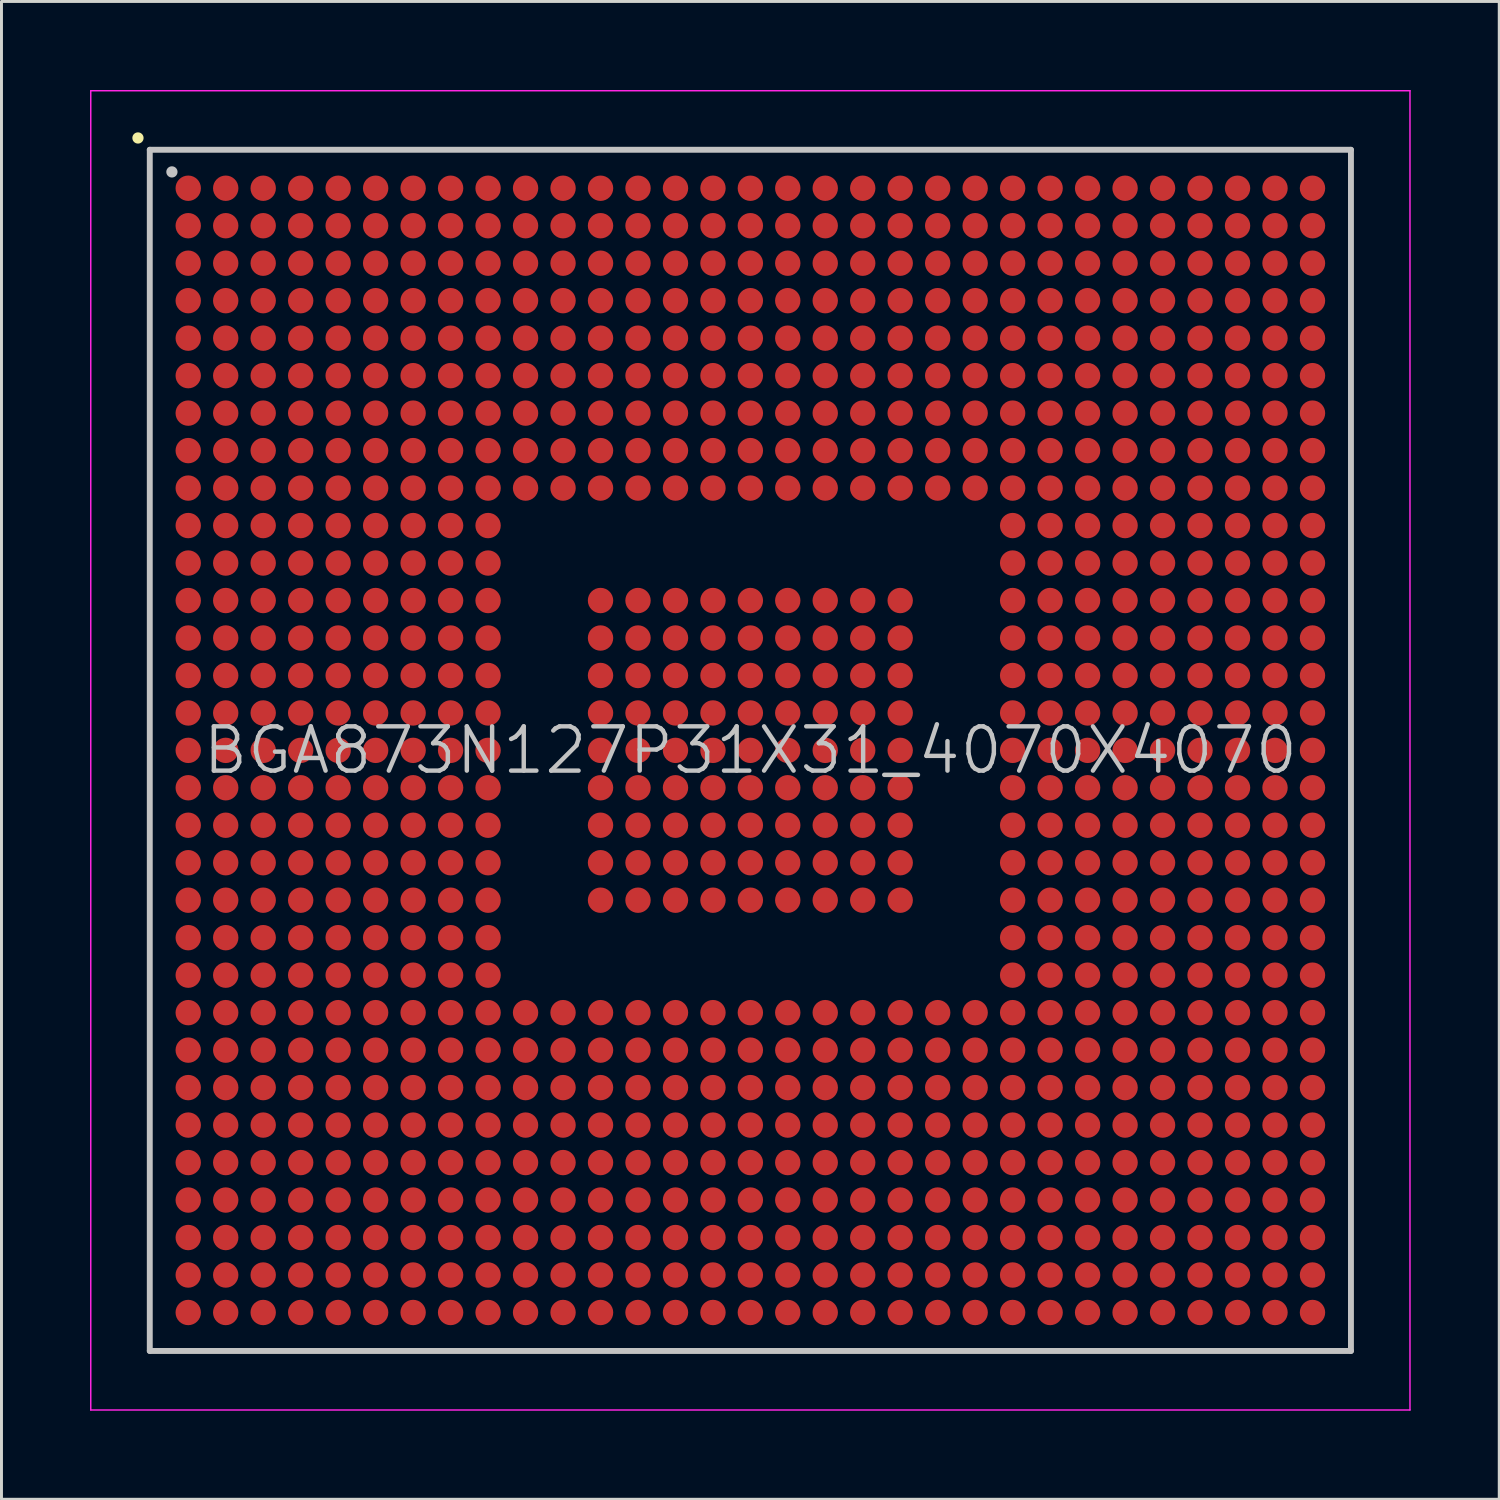
<source format=kicad_pcb>
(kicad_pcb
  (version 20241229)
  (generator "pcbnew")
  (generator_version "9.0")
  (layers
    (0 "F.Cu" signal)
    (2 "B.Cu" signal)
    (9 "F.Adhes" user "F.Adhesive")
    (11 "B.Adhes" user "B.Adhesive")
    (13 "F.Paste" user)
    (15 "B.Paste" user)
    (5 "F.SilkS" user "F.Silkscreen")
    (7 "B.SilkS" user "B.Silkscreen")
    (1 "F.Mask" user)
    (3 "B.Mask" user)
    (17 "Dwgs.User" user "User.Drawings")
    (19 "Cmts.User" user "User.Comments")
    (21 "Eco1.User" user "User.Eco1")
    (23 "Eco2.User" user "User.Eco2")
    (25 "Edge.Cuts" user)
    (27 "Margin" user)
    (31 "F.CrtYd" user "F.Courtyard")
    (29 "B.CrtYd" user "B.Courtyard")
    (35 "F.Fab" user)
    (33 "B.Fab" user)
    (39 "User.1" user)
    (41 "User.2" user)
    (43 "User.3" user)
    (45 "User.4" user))
  (footprint "BGA873N127P31X31_4070X4070"
    (layer "F.Cu")
    (at 22.375 22.375)
    (property "Reference" "BGA873N127P31X31_4070X4070" (at 0 0 0) (layer "Dwgs.User") (effects (font (size 1.5 1.5) (thickness 0.15))))
    (attr smd)
    (fp_line (start -20.75 -20.75) (end -20.75 -20.75) (stroke (width 0.381) (type solid)) (layer "F.SilkS"))
    (fp_line (start -20.35 -20.35) (end -20.35 20.35) (stroke (width 0.2) (type solid)) (layer "Dwgs.User"))
    (fp_line (start -20.35 -20.35) (end 20.35 -20.35) (stroke (width 0.2) (type solid)) (layer "Dwgs.User"))
    (fp_line (start -20.35 20.35) (end 20.35 20.35) (stroke (width 0.2) (type solid)) (layer "Dwgs.User"))
    (fp_line (start -19.6 -19.6) (end -19.6 -19.6) (stroke (width 0.381) (type solid)) (layer "Dwgs.User"))
    (fp_line (start 20.35 -20.35) (end 20.35 20.35) (stroke (width 0.2) (type solid)) (layer "Dwgs.User"))
    (fp_line (start -22.35 -22.35) (end -22.35 22.35) (stroke (width 0.05) (type solid)) (layer "F.CrtYd"))
    (fp_line (start -22.35 -22.35) (end 22.35 -22.35) (stroke (width 0.05) (type solid)) (layer "F.CrtYd"))
    (fp_line (start -22.35 22.35) (end 22.35 22.35) (stroke (width 0.05) (type solid)) (layer "F.CrtYd"))
    (fp_line (start 22.35 -22.35) (end 22.35 22.35) (stroke (width 0.05) (type solid)) (layer "F.CrtYd"))
    (pad "A1" smd circle (at -19.047 -19.047 270) (size 0.86 0.86) (layers "F.Cu" "F.Mask" "F.Paste"))
    (pad "A2" smd circle (at -17.777 -19.047 270) (size 0.86 0.86) (layers "F.Cu" "F.Mask" "F.Paste"))
    (pad "A3" smd circle (at -16.507 -19.047 270) (size 0.86 0.86) (layers "F.Cu" "F.Mask" "F.Paste"))
    (pad "A4" smd circle (at -15.237 -19.047 270) (size 0.86 0.86) (layers "F.Cu" "F.Mask" "F.Paste"))
    (pad "A5" smd circle (at -13.967 -19.047 270) (size 0.86 0.86) (layers "F.Cu" "F.Mask" "F.Paste"))
    (pad "A6" smd circle (at -12.697 -19.047 270) (size 0.86 0.86) (layers "F.Cu" "F.Mask" "F.Paste"))
    (pad "A7" smd circle (at -11.427 -19.047 270) (size 0.86 0.86) (layers "F.Cu" "F.Mask" "F.Paste"))
    (pad "A8" smd circle (at -10.157 -19.047 270) (size 0.86 0.86) (layers "F.Cu" "F.Mask" "F.Paste"))
    (pad "A9" smd circle (at -8.887 -19.047 270) (size 0.86 0.86) (layers "F.Cu" "F.Mask" "F.Paste"))
    (pad "A10" smd circle (at -7.617 -19.047 270) (size 0.86 0.86) (layers "F.Cu" "F.Mask" "F.Paste"))
    (pad "A11" smd circle (at -6.347 -19.047 270) (size 0.86 0.86) (layers "F.Cu" "F.Mask" "F.Paste"))
    (pad "A12" smd circle (at -5.077 -19.047 270) (size 0.86 0.86) (layers "F.Cu" "F.Mask" "F.Paste"))
    (pad "A13" smd circle (at -3.807 -19.047 270) (size 0.86 0.86) (layers "F.Cu" "F.Mask" "F.Paste"))
    (pad "A14" smd circle (at -2.537 -19.047 270) (size 0.86 0.86) (layers "F.Cu" "F.Mask" "F.Paste"))
    (pad "A15" smd circle (at -1.267 -19.047 270) (size 0.86 0.86) (layers "F.Cu" "F.Mask" "F.Paste"))
    (pad "A16" smd circle (at 0 -19.047 270) (size 0.86 0.86) (layers "F.Cu" "F.Mask" "F.Paste"))
    (pad "A17" smd circle (at 1.267 -19.047 270) (size 0.86 0.86) (layers "F.Cu" "F.Mask" "F.Paste"))
    (pad "A18" smd circle (at 2.537 -19.047 270) (size 0.86 0.86) (layers "F.Cu" "F.Mask" "F.Paste"))
    (pad "A19" smd circle (at 3.807 -19.047 270) (size 0.86 0.86) (layers "F.Cu" "F.Mask" "F.Paste"))
    (pad "A20" smd circle (at 5.077 -19.047 270) (size 0.86 0.86) (layers "F.Cu" "F.Mask" "F.Paste"))
    (pad "A21" smd circle (at 6.347 -19.047 270) (size 0.86 0.86) (layers "F.Cu" "F.Mask" "F.Paste"))
    (pad "A22" smd circle (at 7.617 -19.047 270) (size 0.86 0.86) (layers "F.Cu" "F.Mask" "F.Paste"))
    (pad "A23" smd circle (at 8.887 -19.047 270) (size 0.86 0.86) (layers "F.Cu" "F.Mask" "F.Paste"))
    (pad "A24" smd circle (at 10.157 -19.047 270) (size 0.86 0.86) (layers "F.Cu" "F.Mask" "F.Paste"))
    (pad "A25" smd circle (at 11.427 -19.047 270) (size 0.86 0.86) (layers "F.Cu" "F.Mask" "F.Paste"))
    (pad "A26" smd circle (at 12.697 -19.047 270) (size 0.86 0.86) (layers "F.Cu" "F.Mask" "F.Paste"))
    (pad "A27" smd circle (at 13.967 -19.047 270) (size 0.86 0.86) (layers "F.Cu" "F.Mask" "F.Paste"))
    (pad "A28" smd circle (at 15.237 -19.047 270) (size 0.86 0.86) (layers "F.Cu" "F.Mask" "F.Paste"))
    (pad "A29" smd circle (at 16.507 -19.047 270) (size 0.86 0.86) (layers "F.Cu" "F.Mask" "F.Paste"))
    (pad "A30" smd circle (at 17.777 -19.047 270) (size 0.86 0.86) (layers "F.Cu" "F.Mask" "F.Paste"))
    (pad "A31" smd circle (at 19.047 -19.047 270) (size 0.86 0.86) (layers "F.Cu" "F.Mask" "F.Paste"))
    (pad "AA1" smd circle (at -19.047 6.347 270) (size 0.86 0.86) (layers "F.Cu" "F.Mask" "F.Paste"))
    (pad "AA2" smd circle (at -17.777 6.347 270) (size 0.86 0.86) (layers "F.Cu" "F.Mask" "F.Paste"))
    (pad "AA3" smd circle (at -16.507 6.347 270) (size 0.86 0.86) (layers "F.Cu" "F.Mask" "F.Paste"))
    (pad "AA4" smd circle (at -15.237 6.347 270) (size 0.86 0.86) (layers "F.Cu" "F.Mask" "F.Paste"))
    (pad "AA5" smd circle (at -13.967 6.347 270) (size 0.86 0.86) (layers "F.Cu" "F.Mask" "F.Paste"))
    (pad "AA6" smd circle (at -12.697 6.347 270) (size 0.86 0.86) (layers "F.Cu" "F.Mask" "F.Paste"))
    (pad "AA7" smd circle (at -11.427 6.347 270) (size 0.86 0.86) (layers "F.Cu" "F.Mask" "F.Paste"))
    (pad "AA8" smd circle (at -10.157 6.347 270) (size 0.86 0.86) (layers "F.Cu" "F.Mask" "F.Paste"))
    (pad "AA9" smd circle (at -8.887 6.347 270) (size 0.86 0.86) (layers "F.Cu" "F.Mask" "F.Paste"))
    (pad "AA23" smd circle (at 8.887 6.347 270) (size 0.86 0.86) (layers "F.Cu" "F.Mask" "F.Paste"))
    (pad "AA24" smd circle (at 10.157 6.347 270) (size 0.86 0.86) (layers "F.Cu" "F.Mask" "F.Paste"))
    (pad "AA25" smd circle (at 11.427 6.347 270) (size 0.86 0.86) (layers "F.Cu" "F.Mask" "F.Paste"))
    (pad "AA26" smd circle (at 12.697 6.347 270) (size 0.86 0.86) (layers "F.Cu" "F.Mask" "F.Paste"))
    (pad "AA27" smd circle (at 13.967 6.347 270) (size 0.86 0.86) (layers "F.Cu" "F.Mask" "F.Paste"))
    (pad "AA28" smd circle (at 15.237 6.347 270) (size 0.86 0.86) (layers "F.Cu" "F.Mask" "F.Paste"))
    (pad "AA29" smd circle (at 16.507 6.347 270) (size 0.86 0.86) (layers "F.Cu" "F.Mask" "F.Paste"))
    (pad "AA30" smd circle (at 17.777 6.347 270) (size 0.86 0.86) (layers "F.Cu" "F.Mask" "F.Paste"))
    (pad "AA31" smd circle (at 19.047 6.347 270) (size 0.86 0.86) (layers "F.Cu" "F.Mask" "F.Paste"))
    (pad "AB1" smd circle (at -19.047 7.617 270) (size 0.86 0.86) (layers "F.Cu" "F.Mask" "F.Paste"))
    (pad "AB2" smd circle (at -17.777 7.617 270) (size 0.86 0.86) (layers "F.Cu" "F.Mask" "F.Paste"))
    (pad "AB3" smd circle (at -16.507 7.617 270) (size 0.86 0.86) (layers "F.Cu" "F.Mask" "F.Paste"))
    (pad "AB4" smd circle (at -15.237 7.617 270) (size 0.86 0.86) (layers "F.Cu" "F.Mask" "F.Paste"))
    (pad "AB5" smd circle (at -13.967 7.617 270) (size 0.86 0.86) (layers "F.Cu" "F.Mask" "F.Paste"))
    (pad "AB6" smd circle (at -12.697 7.617 270) (size 0.86 0.86) (layers "F.Cu" "F.Mask" "F.Paste"))
    (pad "AB7" smd circle (at -11.427 7.617 270) (size 0.86 0.86) (layers "F.Cu" "F.Mask" "F.Paste"))
    (pad "AB8" smd circle (at -10.157 7.617 270) (size 0.86 0.86) (layers "F.Cu" "F.Mask" "F.Paste"))
    (pad "AB9" smd circle (at -8.887 7.617 270) (size 0.86 0.86) (layers "F.Cu" "F.Mask" "F.Paste"))
    (pad "AB23" smd circle (at 8.887 7.617 270) (size 0.86 0.86) (layers "F.Cu" "F.Mask" "F.Paste"))
    (pad "AB24" smd circle (at 10.157 7.617 270) (size 0.86 0.86) (layers "F.Cu" "F.Mask" "F.Paste"))
    (pad "AB25" smd circle (at 11.427 7.617 270) (size 0.86 0.86) (layers "F.Cu" "F.Mask" "F.Paste"))
    (pad "AB26" smd circle (at 12.697 7.617 270) (size 0.86 0.86) (layers "F.Cu" "F.Mask" "F.Paste"))
    (pad "AB27" smd circle (at 13.967 7.617 270) (size 0.86 0.86) (layers "F.Cu" "F.Mask" "F.Paste"))
    (pad "AB28" smd circle (at 15.237 7.617 270) (size 0.86 0.86) (layers "F.Cu" "F.Mask" "F.Paste"))
    (pad "AB29" smd circle (at 16.507 7.617 270) (size 0.86 0.86) (layers "F.Cu" "F.Mask" "F.Paste"))
    (pad "AB30" smd circle (at 17.777 7.617 270) (size 0.86 0.86) (layers "F.Cu" "F.Mask" "F.Paste"))
    (pad "AB31" smd circle (at 19.047 7.617 270) (size 0.86 0.86) (layers "F.Cu" "F.Mask" "F.Paste"))
    (pad "AC1" smd circle (at -19.047 8.887 270) (size 0.86 0.86) (layers "F.Cu" "F.Mask" "F.Paste"))
    (pad "AC2" smd circle (at -17.777 8.887 270) (size 0.86 0.86) (layers "F.Cu" "F.Mask" "F.Paste"))
    (pad "AC3" smd circle (at -16.507 8.887 270) (size 0.86 0.86) (layers "F.Cu" "F.Mask" "F.Paste"))
    (pad "AC4" smd circle (at -15.237 8.887 270) (size 0.86 0.86) (layers "F.Cu" "F.Mask" "F.Paste"))
    (pad "AC5" smd circle (at -13.967 8.887 270) (size 0.86 0.86) (layers "F.Cu" "F.Mask" "F.Paste"))
    (pad "AC6" smd circle (at -12.697 8.887 270) (size 0.86 0.86) (layers "F.Cu" "F.Mask" "F.Paste"))
    (pad "AC7" smd circle (at -11.427 8.887 270) (size 0.86 0.86) (layers "F.Cu" "F.Mask" "F.Paste"))
    (pad "AC8" smd circle (at -10.157 8.887 270) (size 0.86 0.86) (layers "F.Cu" "F.Mask" "F.Paste"))
    (pad "AC9" smd circle (at -8.887 8.887 270) (size 0.86 0.86) (layers "F.Cu" "F.Mask" "F.Paste"))
    (pad "AC10" smd circle (at -7.617 8.887 270) (size 0.86 0.86) (layers "F.Cu" "F.Mask" "F.Paste"))
    (pad "AC11" smd circle (at -6.347 8.887 270) (size 0.86 0.86) (layers "F.Cu" "F.Mask" "F.Paste"))
    (pad "AC12" smd circle (at -5.077 8.887 270) (size 0.86 0.86) (layers "F.Cu" "F.Mask" "F.Paste"))
    (pad "AC13" smd circle (at -3.807 8.887 270) (size 0.86 0.86) (layers "F.Cu" "F.Mask" "F.Paste"))
    (pad "AC14" smd circle (at -2.537 8.887 270) (size 0.86 0.86) (layers "F.Cu" "F.Mask" "F.Paste"))
    (pad "AC15" smd circle (at -1.267 8.887 270) (size 0.86 0.86) (layers "F.Cu" "F.Mask" "F.Paste"))
    (pad "AC16" smd circle (at 0 8.887 270) (size 0.86 0.86) (layers "F.Cu" "F.Mask" "F.Paste"))
    (pad "AC17" smd circle (at 1.267 8.887 270) (size 0.86 0.86) (layers "F.Cu" "F.Mask" "F.Paste"))
    (pad "AC18" smd circle (at 2.537 8.887 270) (size 0.86 0.86) (layers "F.Cu" "F.Mask" "F.Paste"))
    (pad "AC19" smd circle (at 3.807 8.887 270) (size 0.86 0.86) (layers "F.Cu" "F.Mask" "F.Paste"))
    (pad "AC20" smd circle (at 5.077 8.887 270) (size 0.86 0.86) (layers "F.Cu" "F.Mask" "F.Paste"))
    (pad "AC21" smd circle (at 6.347 8.887 270) (size 0.86 0.86) (layers "F.Cu" "F.Mask" "F.Paste"))
    (pad "AC22" smd circle (at 7.617 8.887 270) (size 0.86 0.86) (layers "F.Cu" "F.Mask" "F.Paste"))
    (pad "AC23" smd circle (at 8.887 8.887 270) (size 0.86 0.86) (layers "F.Cu" "F.Mask" "F.Paste"))
    (pad "AC24" smd circle (at 10.157 8.887 270) (size 0.86 0.86) (layers "F.Cu" "F.Mask" "F.Paste"))
    (pad "AC25" smd circle (at 11.427 8.887 270) (size 0.86 0.86) (layers "F.Cu" "F.Mask" "F.Paste"))
    (pad "AC26" smd circle (at 12.697 8.887 270) (size 0.86 0.86) (layers "F.Cu" "F.Mask" "F.Paste"))
    (pad "AC27" smd circle (at 13.967 8.887 270) (size 0.86 0.86) (layers "F.Cu" "F.Mask" "F.Paste"))
    (pad "AC28" smd circle (at 15.237 8.887 270) (size 0.86 0.86) (layers "F.Cu" "F.Mask" "F.Paste"))
    (pad "AC29" smd circle (at 16.507 8.887 270) (size 0.86 0.86) (layers "F.Cu" "F.Mask" "F.Paste"))
    (pad "AC30" smd circle (at 17.777 8.887 270) (size 0.86 0.86) (layers "F.Cu" "F.Mask" "F.Paste"))
    (pad "AC31" smd circle (at 19.047 8.887 270) (size 0.86 0.86) (layers "F.Cu" "F.Mask" "F.Paste"))
    (pad "AD1" smd circle (at -19.047 10.157 270) (size 0.86 0.86) (layers "F.Cu" "F.Mask" "F.Paste"))
    (pad "AD2" smd circle (at -17.777 10.157 270) (size 0.86 0.86) (layers "F.Cu" "F.Mask" "F.Paste"))
    (pad "AD3" smd circle (at -16.507 10.157 270) (size 0.86 0.86) (layers "F.Cu" "F.Mask" "F.Paste"))
    (pad "AD4" smd circle (at -15.237 10.157 270) (size 0.86 0.86) (layers "F.Cu" "F.Mask" "F.Paste"))
    (pad "AD5" smd circle (at -13.967 10.157 270) (size 0.86 0.86) (layers "F.Cu" "F.Mask" "F.Paste"))
    (pad "AD6" smd circle (at -12.697 10.157 270) (size 0.86 0.86) (layers "F.Cu" "F.Mask" "F.Paste"))
    (pad "AD7" smd circle (at -11.427 10.157 270) (size 0.86 0.86) (layers "F.Cu" "F.Mask" "F.Paste"))
    (pad "AD8" smd circle (at -10.157 10.157 270) (size 0.86 0.86) (layers "F.Cu" "F.Mask" "F.Paste"))
    (pad "AD9" smd circle (at -8.887 10.157 270) (size 0.86 0.86) (layers "F.Cu" "F.Mask" "F.Paste"))
    (pad "AD10" smd circle (at -7.617 10.157 270) (size 0.86 0.86) (layers "F.Cu" "F.Mask" "F.Paste"))
    (pad "AD11" smd circle (at -6.347 10.157 270) (size 0.86 0.86) (layers "F.Cu" "F.Mask" "F.Paste"))
    (pad "AD12" smd circle (at -5.077 10.157 270) (size 0.86 0.86) (layers "F.Cu" "F.Mask" "F.Paste"))
    (pad "AD13" smd circle (at -3.807 10.157 270) (size 0.86 0.86) (layers "F.Cu" "F.Mask" "F.Paste"))
    (pad "AD14" smd circle (at -2.537 10.157 270) (size 0.86 0.86) (layers "F.Cu" "F.Mask" "F.Paste"))
    (pad "AD15" smd circle (at -1.267 10.157 270) (size 0.86 0.86) (layers "F.Cu" "F.Mask" "F.Paste"))
    (pad "AD16" smd circle (at 0 10.157 270) (size 0.86 0.86) (layers "F.Cu" "F.Mask" "F.Paste"))
    (pad "AD17" smd circle (at 1.267 10.157 270) (size 0.86 0.86) (layers "F.Cu" "F.Mask" "F.Paste"))
    (pad "AD18" smd circle (at 2.537 10.157 270) (size 0.86 0.86) (layers "F.Cu" "F.Mask" "F.Paste"))
    (pad "AD19" smd circle (at 3.807 10.157 270) (size 0.86 0.86) (layers "F.Cu" "F.Mask" "F.Paste"))
    (pad "AD20" smd circle (at 5.077 10.157 270) (size 0.86 0.86) (layers "F.Cu" "F.Mask" "F.Paste"))
    (pad "AD21" smd circle (at 6.347 10.157 270) (size 0.86 0.86) (layers "F.Cu" "F.Mask" "F.Paste"))
    (pad "AD22" smd circle (at 7.617 10.157 270) (size 0.86 0.86) (layers "F.Cu" "F.Mask" "F.Paste"))
    (pad "AD23" smd circle (at 8.887 10.157 270) (size 0.86 0.86) (layers "F.Cu" "F.Mask" "F.Paste"))
    (pad "AD24" smd circle (at 10.157 10.157 270) (size 0.86 0.86) (layers "F.Cu" "F.Mask" "F.Paste"))
    (pad "AD25" smd circle (at 11.427 10.157 270) (size 0.86 0.86) (layers "F.Cu" "F.Mask" "F.Paste"))
    (pad "AD26" smd circle (at 12.697 10.157 270) (size 0.86 0.86) (layers "F.Cu" "F.Mask" "F.Paste"))
    (pad "AD27" smd circle (at 13.967 10.157 270) (size 0.86 0.86) (layers "F.Cu" "F.Mask" "F.Paste"))
    (pad "AD28" smd circle (at 15.237 10.157 270) (size 0.86 0.86) (layers "F.Cu" "F.Mask" "F.Paste"))
    (pad "AD29" smd circle (at 16.507 10.157 270) (size 0.86 0.86) (layers "F.Cu" "F.Mask" "F.Paste"))
    (pad "AD30" smd circle (at 17.777 10.157 270) (size 0.86 0.86) (layers "F.Cu" "F.Mask" "F.Paste"))
    (pad "AD31" smd circle (at 19.047 10.157 270) (size 0.86 0.86) (layers "F.Cu" "F.Mask" "F.Paste"))
    (pad "AE1" smd circle (at -19.047 11.427 270) (size 0.86 0.86) (layers "F.Cu" "F.Mask" "F.Paste"))
    (pad "AE2" smd circle (at -17.777 11.427 270) (size 0.86 0.86) (layers "F.Cu" "F.Mask" "F.Paste"))
    (pad "AE3" smd circle (at -16.507 11.427 270) (size 0.86 0.86) (layers "F.Cu" "F.Mask" "F.Paste"))
    (pad "AE4" smd circle (at -15.237 11.427 270) (size 0.86 0.86) (layers "F.Cu" "F.Mask" "F.Paste"))
    (pad "AE5" smd circle (at -13.967 11.427 270) (size 0.86 0.86) (layers "F.Cu" "F.Mask" "F.Paste"))
    (pad "AE6" smd circle (at -12.697 11.427 270) (size 0.86 0.86) (layers "F.Cu" "F.Mask" "F.Paste"))
    (pad "AE7" smd circle (at -11.427 11.427 270) (size 0.86 0.86) (layers "F.Cu" "F.Mask" "F.Paste"))
    (pad "AE8" smd circle (at -10.157 11.427 270) (size 0.86 0.86) (layers "F.Cu" "F.Mask" "F.Paste"))
    (pad "AE9" smd circle (at -8.887 11.427 270) (size 0.86 0.86) (layers "F.Cu" "F.Mask" "F.Paste"))
    (pad "AE10" smd circle (at -7.617 11.427 270) (size 0.86 0.86) (layers "F.Cu" "F.Mask" "F.Paste"))
    (pad "AE11" smd circle (at -6.347 11.427 270) (size 0.86 0.86) (layers "F.Cu" "F.Mask" "F.Paste"))
    (pad "AE12" smd circle (at -5.077 11.427 270) (size 0.86 0.86) (layers "F.Cu" "F.Mask" "F.Paste"))
    (pad "AE13" smd circle (at -3.807 11.427 270) (size 0.86 0.86) (layers "F.Cu" "F.Mask" "F.Paste"))
    (pad "AE14" smd circle (at -2.537 11.427 270) (size 0.86 0.86) (layers "F.Cu" "F.Mask" "F.Paste"))
    (pad "AE15" smd circle (at -1.267 11.427 270) (size 0.86 0.86) (layers "F.Cu" "F.Mask" "F.Paste"))
    (pad "AE16" smd circle (at 0 11.427 270) (size 0.86 0.86) (layers "F.Cu" "F.Mask" "F.Paste"))
    (pad "AE17" smd circle (at 1.267 11.427 270) (size 0.86 0.86) (layers "F.Cu" "F.Mask" "F.Paste"))
    (pad "AE18" smd circle (at 2.537 11.427 270) (size 0.86 0.86) (layers "F.Cu" "F.Mask" "F.Paste"))
    (pad "AE19" smd circle (at 3.807 11.427 270) (size 0.86 0.86) (layers "F.Cu" "F.Mask" "F.Paste"))
    (pad "AE20" smd circle (at 5.077 11.427 270) (size 0.86 0.86) (layers "F.Cu" "F.Mask" "F.Paste"))
    (pad "AE21" smd circle (at 6.347 11.427 270) (size 0.86 0.86) (layers "F.Cu" "F.Mask" "F.Paste"))
    (pad "AE22" smd circle (at 7.617 11.427 270) (size 0.86 0.86) (layers "F.Cu" "F.Mask" "F.Paste"))
    (pad "AE23" smd circle (at 8.887 11.427 270) (size 0.86 0.86) (layers "F.Cu" "F.Mask" "F.Paste"))
    (pad "AE24" smd circle (at 10.157 11.427 270) (size 0.86 0.86) (layers "F.Cu" "F.Mask" "F.Paste"))
    (pad "AE25" smd circle (at 11.427 11.427 270) (size 0.86 0.86) (layers "F.Cu" "F.Mask" "F.Paste"))
    (pad "AE26" smd circle (at 12.697 11.427 270) (size 0.86 0.86) (layers "F.Cu" "F.Mask" "F.Paste"))
    (pad "AE27" smd circle (at 13.967 11.427 270) (size 0.86 0.86) (layers "F.Cu" "F.Mask" "F.Paste"))
    (pad "AE28" smd circle (at 15.237 11.427 270) (size 0.86 0.86) (layers "F.Cu" "F.Mask" "F.Paste"))
    (pad "AE29" smd circle (at 16.507 11.427 270) (size 0.86 0.86) (layers "F.Cu" "F.Mask" "F.Paste"))
    (pad "AE30" smd circle (at 17.777 11.427 270) (size 0.86 0.86) (layers "F.Cu" "F.Mask" "F.Paste"))
    (pad "AE31" smd circle (at 19.047 11.427 270) (size 0.86 0.86) (layers "F.Cu" "F.Mask" "F.Paste"))
    (pad "AF1" smd circle (at -19.047 12.697 270) (size 0.86 0.86) (layers "F.Cu" "F.Mask" "F.Paste"))
    (pad "AF2" smd circle (at -17.777 12.697 270) (size 0.86 0.86) (layers "F.Cu" "F.Mask" "F.Paste"))
    (pad "AF3" smd circle (at -16.507 12.697 270) (size 0.86 0.86) (layers "F.Cu" "F.Mask" "F.Paste"))
    (pad "AF4" smd circle (at -15.237 12.697 270) (size 0.86 0.86) (layers "F.Cu" "F.Mask" "F.Paste"))
    (pad "AF5" smd circle (at -13.967 12.697 270) (size 0.86 0.86) (layers "F.Cu" "F.Mask" "F.Paste"))
    (pad "AF6" smd circle (at -12.697 12.697 270) (size 0.86 0.86) (layers "F.Cu" "F.Mask" "F.Paste"))
    (pad "AF7" smd circle (at -11.427 12.697 270) (size 0.86 0.86) (layers "F.Cu" "F.Mask" "F.Paste"))
    (pad "AF8" smd circle (at -10.157 12.697 270) (size 0.86 0.86) (layers "F.Cu" "F.Mask" "F.Paste"))
    (pad "AF9" smd circle (at -8.887 12.697 270) (size 0.86 0.86) (layers "F.Cu" "F.Mask" "F.Paste"))
    (pad "AF10" smd circle (at -7.617 12.697 270) (size 0.86 0.86) (layers "F.Cu" "F.Mask" "F.Paste"))
    (pad "AF11" smd circle (at -6.347 12.697 270) (size 0.86 0.86) (layers "F.Cu" "F.Mask" "F.Paste"))
    (pad "AF12" smd circle (at -5.077 12.697 270) (size 0.86 0.86) (layers "F.Cu" "F.Mask" "F.Paste"))
    (pad "AF13" smd circle (at -3.807 12.697 270) (size 0.86 0.86) (layers "F.Cu" "F.Mask" "F.Paste"))
    (pad "AF14" smd circle (at -2.537 12.697 270) (size 0.86 0.86) (layers "F.Cu" "F.Mask" "F.Paste"))
    (pad "AF15" smd circle (at -1.267 12.697 270) (size 0.86 0.86) (layers "F.Cu" "F.Mask" "F.Paste"))
    (pad "AF16" smd circle (at 0 12.697 270) (size 0.86 0.86) (layers "F.Cu" "F.Mask" "F.Paste"))
    (pad "AF17" smd circle (at 1.267 12.697 270) (size 0.86 0.86) (layers "F.Cu" "F.Mask" "F.Paste"))
    (pad "AF18" smd circle (at 2.537 12.697 270) (size 0.86 0.86) (layers "F.Cu" "F.Mask" "F.Paste"))
    (pad "AF19" smd circle (at 3.807 12.697 270) (size 0.86 0.86) (layers "F.Cu" "F.Mask" "F.Paste"))
    (pad "AF20" smd circle (at 5.077 12.697 270) (size 0.86 0.86) (layers "F.Cu" "F.Mask" "F.Paste"))
    (pad "AF21" smd circle (at 6.347 12.697 270) (size 0.86 0.86) (layers "F.Cu" "F.Mask" "F.Paste"))
    (pad "AF22" smd circle (at 7.617 12.697 270) (size 0.86 0.86) (layers "F.Cu" "F.Mask" "F.Paste"))
    (pad "AF23" smd circle (at 8.887 12.697 270) (size 0.86 0.86) (layers "F.Cu" "F.Mask" "F.Paste"))
    (pad "AF24" smd circle (at 10.157 12.697 270) (size 0.86 0.86) (layers "F.Cu" "F.Mask" "F.Paste"))
    (pad "AF25" smd circle (at 11.427 12.697 270) (size 0.86 0.86) (layers "F.Cu" "F.Mask" "F.Paste"))
    (pad "AF26" smd circle (at 12.697 12.697 270) (size 0.86 0.86) (layers "F.Cu" "F.Mask" "F.Paste"))
    (pad "AF27" smd circle (at 13.967 12.697 270) (size 0.86 0.86) (layers "F.Cu" "F.Mask" "F.Paste"))
    (pad "AF28" smd circle (at 15.237 12.697 270) (size 0.86 0.86) (layers "F.Cu" "F.Mask" "F.Paste"))
    (pad "AF29" smd circle (at 16.507 12.697 270) (size 0.86 0.86) (layers "F.Cu" "F.Mask" "F.Paste"))
    (pad "AF30" smd circle (at 17.777 12.697 270) (size 0.86 0.86) (layers "F.Cu" "F.Mask" "F.Paste"))
    (pad "AF31" smd circle (at 19.047 12.697 270) (size 0.86 0.86) (layers "F.Cu" "F.Mask" "F.Paste"))
    (pad "AG1" smd circle (at -19.047 13.967 270) (size 0.86 0.86) (layers "F.Cu" "F.Mask" "F.Paste"))
    (pad "AG2" smd circle (at -17.777 13.967 270) (size 0.86 0.86) (layers "F.Cu" "F.Mask" "F.Paste"))
    (pad "AG3" smd circle (at -16.507 13.967 270) (size 0.86 0.86) (layers "F.Cu" "F.Mask" "F.Paste"))
    (pad "AG4" smd circle (at -15.237 13.967 270) (size 0.86 0.86) (layers "F.Cu" "F.Mask" "F.Paste"))
    (pad "AG5" smd circle (at -13.967 13.967 270) (size 0.86 0.86) (layers "F.Cu" "F.Mask" "F.Paste"))
    (pad "AG6" smd circle (at -12.697 13.967 270) (size 0.86 0.86) (layers "F.Cu" "F.Mask" "F.Paste"))
    (pad "AG7" smd circle (at -11.427 13.967 270) (size 0.86 0.86) (layers "F.Cu" "F.Mask" "F.Paste"))
    (pad "AG8" smd circle (at -10.157 13.967 270) (size 0.86 0.86) (layers "F.Cu" "F.Mask" "F.Paste"))
    (pad "AG9" smd circle (at -8.887 13.967 270) (size 0.86 0.86) (layers "F.Cu" "F.Mask" "F.Paste"))
    (pad "AG10" smd circle (at -7.617 13.967 270) (size 0.86 0.86) (layers "F.Cu" "F.Mask" "F.Paste"))
    (pad "AG11" smd circle (at -6.347 13.967 270) (size 0.86 0.86) (layers "F.Cu" "F.Mask" "F.Paste"))
    (pad "AG12" smd circle (at -5.077 13.967 270) (size 0.86 0.86) (layers "F.Cu" "F.Mask" "F.Paste"))
    (pad "AG13" smd circle (at -3.807 13.967 270) (size 0.86 0.86) (layers "F.Cu" "F.Mask" "F.Paste"))
    (pad "AG14" smd circle (at -2.537 13.967 270) (size 0.86 0.86) (layers "F.Cu" "F.Mask" "F.Paste"))
    (pad "AG15" smd circle (at -1.267 13.967 270) (size 0.86 0.86) (layers "F.Cu" "F.Mask" "F.Paste"))
    (pad "AG16" smd circle (at 0 13.967 270) (size 0.86 0.86) (layers "F.Cu" "F.Mask" "F.Paste"))
    (pad "AG17" smd circle (at 1.267 13.967 270) (size 0.86 0.86) (layers "F.Cu" "F.Mask" "F.Paste"))
    (pad "AG18" smd circle (at 2.537 13.967 270) (size 0.86 0.86) (layers "F.Cu" "F.Mask" "F.Paste"))
    (pad "AG19" smd circle (at 3.807 13.967 270) (size 0.86 0.86) (layers "F.Cu" "F.Mask" "F.Paste"))
    (pad "AG20" smd circle (at 5.077 13.967 270) (size 0.86 0.86) (layers "F.Cu" "F.Mask" "F.Paste"))
    (pad "AG21" smd circle (at 6.347 13.967 270) (size 0.86 0.86) (layers "F.Cu" "F.Mask" "F.Paste"))
    (pad "AG22" smd circle (at 7.617 13.967 270) (size 0.86 0.86) (layers "F.Cu" "F.Mask" "F.Paste"))
    (pad "AG23" smd circle (at 8.887 13.967 270) (size 0.86 0.86) (layers "F.Cu" "F.Mask" "F.Paste"))
    (pad "AG24" smd circle (at 10.157 13.967 270) (size 0.86 0.86) (layers "F.Cu" "F.Mask" "F.Paste"))
    (pad "AG25" smd circle (at 11.427 13.967 270) (size 0.86 0.86) (layers "F.Cu" "F.Mask" "F.Paste"))
    (pad "AG26" smd circle (at 12.697 13.967 270) (size 0.86 0.86) (layers "F.Cu" "F.Mask" "F.Paste"))
    (pad "AG27" smd circle (at 13.967 13.967 270) (size 0.86 0.86) (layers "F.Cu" "F.Mask" "F.Paste"))
    (pad "AG28" smd circle (at 15.237 13.967 270) (size 0.86 0.86) (layers "F.Cu" "F.Mask" "F.Paste"))
    (pad "AG29" smd circle (at 16.507 13.967 270) (size 0.86 0.86) (layers "F.Cu" "F.Mask" "F.Paste"))
    (pad "AG30" smd circle (at 17.777 13.967 270) (size 0.86 0.86) (layers "F.Cu" "F.Mask" "F.Paste"))
    (pad "AG31" smd circle (at 19.047 13.967 270) (size 0.86 0.86) (layers "F.Cu" "F.Mask" "F.Paste"))
    (pad "AH1" smd circle (at -19.047 15.237 270) (size 0.86 0.86) (layers "F.Cu" "F.Mask" "F.Paste"))
    (pad "AH2" smd circle (at -17.777 15.237 270) (size 0.86 0.86) (layers "F.Cu" "F.Mask" "F.Paste"))
    (pad "AH3" smd circle (at -16.507 15.237 270) (size 0.86 0.86) (layers "F.Cu" "F.Mask" "F.Paste"))
    (pad "AH4" smd circle (at -15.237 15.237 270) (size 0.86 0.86) (layers "F.Cu" "F.Mask" "F.Paste"))
    (pad "AH5" smd circle (at -13.967 15.237 270) (size 0.86 0.86) (layers "F.Cu" "F.Mask" "F.Paste"))
    (pad "AH6" smd circle (at -12.697 15.237 270) (size 0.86 0.86) (layers "F.Cu" "F.Mask" "F.Paste"))
    (pad "AH7" smd circle (at -11.427 15.237 270) (size 0.86 0.86) (layers "F.Cu" "F.Mask" "F.Paste"))
    (pad "AH8" smd circle (at -10.157 15.237 270) (size 0.86 0.86) (layers "F.Cu" "F.Mask" "F.Paste"))
    (pad "AH9" smd circle (at -8.887 15.237 270) (size 0.86 0.86) (layers "F.Cu" "F.Mask" "F.Paste"))
    (pad "AH10" smd circle (at -7.617 15.237 270) (size 0.86 0.86) (layers "F.Cu" "F.Mask" "F.Paste"))
    (pad "AH11" smd circle (at -6.347 15.237 270) (size 0.86 0.86) (layers "F.Cu" "F.Mask" "F.Paste"))
    (pad "AH12" smd circle (at -5.077 15.237 270) (size 0.86 0.86) (layers "F.Cu" "F.Mask" "F.Paste"))
    (pad "AH13" smd circle (at -3.807 15.237 270) (size 0.86 0.86) (layers "F.Cu" "F.Mask" "F.Paste"))
    (pad "AH14" smd circle (at -2.537 15.237 270) (size 0.86 0.86) (layers "F.Cu" "F.Mask" "F.Paste"))
    (pad "AH15" smd circle (at -1.267 15.237 270) (size 0.86 0.86) (layers "F.Cu" "F.Mask" "F.Paste"))
    (pad "AH16" smd circle (at 0 15.237 270) (size 0.86 0.86) (layers "F.Cu" "F.Mask" "F.Paste"))
    (pad "AH17" smd circle (at 1.267 15.237 270) (size 0.86 0.86) (layers "F.Cu" "F.Mask" "F.Paste"))
    (pad "AH18" smd circle (at 2.537 15.237 270) (size 0.86 0.86) (layers "F.Cu" "F.Mask" "F.Paste"))
    (pad "AH19" smd circle (at 3.807 15.237 270) (size 0.86 0.86) (layers "F.Cu" "F.Mask" "F.Paste"))
    (pad "AH20" smd circle (at 5.077 15.237 270) (size 0.86 0.86) (layers "F.Cu" "F.Mask" "F.Paste"))
    (pad "AH21" smd circle (at 6.347 15.237 270) (size 0.86 0.86) (layers "F.Cu" "F.Mask" "F.Paste"))
    (pad "AH22" smd circle (at 7.617 15.237 270) (size 0.86 0.86) (layers "F.Cu" "F.Mask" "F.Paste"))
    (pad "AH23" smd circle (at 8.887 15.237 270) (size 0.86 0.86) (layers "F.Cu" "F.Mask" "F.Paste"))
    (pad "AH24" smd circle (at 10.157 15.237 270) (size 0.86 0.86) (layers "F.Cu" "F.Mask" "F.Paste"))
    (pad "AH25" smd circle (at 11.427 15.237 270) (size 0.86 0.86) (layers "F.Cu" "F.Mask" "F.Paste"))
    (pad "AH26" smd circle (at 12.697 15.237 270) (size 0.86 0.86) (layers "F.Cu" "F.Mask" "F.Paste"))
    (pad "AH27" smd circle (at 13.967 15.237 270) (size 0.86 0.86) (layers "F.Cu" "F.Mask" "F.Paste"))
    (pad "AH28" smd circle (at 15.237 15.237 270) (size 0.86 0.86) (layers "F.Cu" "F.Mask" "F.Paste"))
    (pad "AH29" smd circle (at 16.507 15.237 270) (size 0.86 0.86) (layers "F.Cu" "F.Mask" "F.Paste"))
    (pad "AH30" smd circle (at 17.777 15.237 270) (size 0.86 0.86) (layers "F.Cu" "F.Mask" "F.Paste"))
    (pad "AH31" smd circle (at 19.047 15.237 270) (size 0.86 0.86) (layers "F.Cu" "F.Mask" "F.Paste"))
    (pad "AJ1" smd circle (at -19.047 16.507 270) (size 0.86 0.86) (layers "F.Cu" "F.Mask" "F.Paste"))
    (pad "AJ2" smd circle (at -17.777 16.507 270) (size 0.86 0.86) (layers "F.Cu" "F.Mask" "F.Paste"))
    (pad "AJ3" smd circle (at -16.507 16.507 270) (size 0.86 0.86) (layers "F.Cu" "F.Mask" "F.Paste"))
    (pad "AJ4" smd circle (at -15.237 16.507 270) (size 0.86 0.86) (layers "F.Cu" "F.Mask" "F.Paste"))
    (pad "AJ5" smd circle (at -13.967 16.507 270) (size 0.86 0.86) (layers "F.Cu" "F.Mask" "F.Paste"))
    (pad "AJ6" smd circle (at -12.697 16.507 270) (size 0.86 0.86) (layers "F.Cu" "F.Mask" "F.Paste"))
    (pad "AJ7" smd circle (at -11.427 16.507 270) (size 0.86 0.86) (layers "F.Cu" "F.Mask" "F.Paste"))
    (pad "AJ8" smd circle (at -10.157 16.507 270) (size 0.86 0.86) (layers "F.Cu" "F.Mask" "F.Paste"))
    (pad "AJ9" smd circle (at -8.887 16.507 270) (size 0.86 0.86) (layers "F.Cu" "F.Mask" "F.Paste"))
    (pad "AJ10" smd circle (at -7.617 16.507 270) (size 0.86 0.86) (layers "F.Cu" "F.Mask" "F.Paste"))
    (pad "AJ11" smd circle (at -6.347 16.507 270) (size 0.86 0.86) (layers "F.Cu" "F.Mask" "F.Paste"))
    (pad "AJ12" smd circle (at -5.077 16.507 270) (size 0.86 0.86) (layers "F.Cu" "F.Mask" "F.Paste"))
    (pad "AJ13" smd circle (at -3.807 16.507 270) (size 0.86 0.86) (layers "F.Cu" "F.Mask" "F.Paste"))
    (pad "AJ14" smd circle (at -2.537 16.507 270) (size 0.86 0.86) (layers "F.Cu" "F.Mask" "F.Paste"))
    (pad "AJ15" smd circle (at -1.267 16.507 270) (size 0.86 0.86) (layers "F.Cu" "F.Mask" "F.Paste"))
    (pad "AJ16" smd circle (at 0 16.507 270) (size 0.86 0.86) (layers "F.Cu" "F.Mask" "F.Paste"))
    (pad "AJ17" smd circle (at 1.267 16.507 270) (size 0.86 0.86) (layers "F.Cu" "F.Mask" "F.Paste"))
    (pad "AJ18" smd circle (at 2.537 16.507 270) (size 0.86 0.86) (layers "F.Cu" "F.Mask" "F.Paste"))
    (pad "AJ19" smd circle (at 3.807 16.507 270) (size 0.86 0.86) (layers "F.Cu" "F.Mask" "F.Paste"))
    (pad "AJ20" smd circle (at 5.077 16.507 270) (size 0.86 0.86) (layers "F.Cu" "F.Mask" "F.Paste"))
    (pad "AJ21" smd circle (at 6.347 16.507 270) (size 0.86 0.86) (layers "F.Cu" "F.Mask" "F.Paste"))
    (pad "AJ22" smd circle (at 7.617 16.507 270) (size 0.86 0.86) (layers "F.Cu" "F.Mask" "F.Paste"))
    (pad "AJ23" smd circle (at 8.887 16.507 270) (size 0.86 0.86) (layers "F.Cu" "F.Mask" "F.Paste"))
    (pad "AJ24" smd circle (at 10.157 16.507 270) (size 0.86 0.86) (layers "F.Cu" "F.Mask" "F.Paste"))
    (pad "AJ25" smd circle (at 11.427 16.507 270) (size 0.86 0.86) (layers "F.Cu" "F.Mask" "F.Paste"))
    (pad "AJ26" smd circle (at 12.697 16.507 270) (size 0.86 0.86) (layers "F.Cu" "F.Mask" "F.Paste"))
    (pad "AJ27" smd circle (at 13.967 16.507 270) (size 0.86 0.86) (layers "F.Cu" "F.Mask" "F.Paste"))
    (pad "AJ28" smd circle (at 15.237 16.507 270) (size 0.86 0.86) (layers "F.Cu" "F.Mask" "F.Paste"))
    (pad "AJ29" smd circle (at 16.507 16.507 270) (size 0.86 0.86) (layers "F.Cu" "F.Mask" "F.Paste"))
    (pad "AJ30" smd circle (at 17.777 16.507 270) (size 0.86 0.86) (layers "F.Cu" "F.Mask" "F.Paste"))
    (pad "AJ31" smd circle (at 19.047 16.507 270) (size 0.86 0.86) (layers "F.Cu" "F.Mask" "F.Paste"))
    (pad "AK1" smd circle (at -19.047 17.777 270) (size 0.86 0.86) (layers "F.Cu" "F.Mask" "F.Paste"))
    (pad "AK2" smd circle (at -17.777 17.777 270) (size 0.86 0.86) (layers "F.Cu" "F.Mask" "F.Paste"))
    (pad "AK3" smd circle (at -16.507 17.777 270) (size 0.86 0.86) (layers "F.Cu" "F.Mask" "F.Paste"))
    (pad "AK4" smd circle (at -15.237 17.777 270) (size 0.86 0.86) (layers "F.Cu" "F.Mask" "F.Paste"))
    (pad "AK5" smd circle (at -13.967 17.777 270) (size 0.86 0.86) (layers "F.Cu" "F.Mask" "F.Paste"))
    (pad "AK6" smd circle (at -12.697 17.777 270) (size 0.86 0.86) (layers "F.Cu" "F.Mask" "F.Paste"))
    (pad "AK7" smd circle (at -11.427 17.777 270) (size 0.86 0.86) (layers "F.Cu" "F.Mask" "F.Paste"))
    (pad "AK8" smd circle (at -10.157 17.777 270) (size 0.86 0.86) (layers "F.Cu" "F.Mask" "F.Paste"))
    (pad "AK9" smd circle (at -8.887 17.777 270) (size 0.86 0.86) (layers "F.Cu" "F.Mask" "F.Paste"))
    (pad "AK10" smd circle (at -7.617 17.777 270) (size 0.86 0.86) (layers "F.Cu" "F.Mask" "F.Paste"))
    (pad "AK11" smd circle (at -6.347 17.777 270) (size 0.86 0.86) (layers "F.Cu" "F.Mask" "F.Paste"))
    (pad "AK12" smd circle (at -5.077 17.777 270) (size 0.86 0.86) (layers "F.Cu" "F.Mask" "F.Paste"))
    (pad "AK13" smd circle (at -3.807 17.777 270) (size 0.86 0.86) (layers "F.Cu" "F.Mask" "F.Paste"))
    (pad "AK14" smd circle (at -2.537 17.777 270) (size 0.86 0.86) (layers "F.Cu" "F.Mask" "F.Paste"))
    (pad "AK15" smd circle (at -1.267 17.777 270) (size 0.86 0.86) (layers "F.Cu" "F.Mask" "F.Paste"))
    (pad "AK16" smd circle (at 0 17.777 270) (size 0.86 0.86) (layers "F.Cu" "F.Mask" "F.Paste"))
    (pad "AK17" smd circle (at 1.267 17.777 270) (size 0.86 0.86) (layers "F.Cu" "F.Mask" "F.Paste"))
    (pad "AK18" smd circle (at 2.537 17.777 270) (size 0.86 0.86) (layers "F.Cu" "F.Mask" "F.Paste"))
    (pad "AK19" smd circle (at 3.807 17.777 270) (size 0.86 0.86) (layers "F.Cu" "F.Mask" "F.Paste"))
    (pad "AK20" smd circle (at 5.077 17.777 270) (size 0.86 0.86) (layers "F.Cu" "F.Mask" "F.Paste"))
    (pad "AK21" smd circle (at 6.347 17.777 270) (size 0.86 0.86) (layers "F.Cu" "F.Mask" "F.Paste"))
    (pad "AK22" smd circle (at 7.617 17.777 270) (size 0.86 0.86) (layers "F.Cu" "F.Mask" "F.Paste"))
    (pad "AK23" smd circle (at 8.887 17.777 270) (size 0.86 0.86) (layers "F.Cu" "F.Mask" "F.Paste"))
    (pad "AK24" smd circle (at 10.157 17.777 270) (size 0.86 0.86) (layers "F.Cu" "F.Mask" "F.Paste"))
    (pad "AK25" smd circle (at 11.427 17.777 270) (size 0.86 0.86) (layers "F.Cu" "F.Mask" "F.Paste"))
    (pad "AK26" smd circle (at 12.697 17.777 270) (size 0.86 0.86) (layers "F.Cu" "F.Mask" "F.Paste"))
    (pad "AK27" smd circle (at 13.967 17.777 270) (size 0.86 0.86) (layers "F.Cu" "F.Mask" "F.Paste"))
    (pad "AK28" smd circle (at 15.237 17.777 270) (size 0.86 0.86) (layers "F.Cu" "F.Mask" "F.Paste"))
    (pad "AK29" smd circle (at 16.507 17.777 270) (size 0.86 0.86) (layers "F.Cu" "F.Mask" "F.Paste"))
    (pad "AK30" smd circle (at 17.777 17.777 270) (size 0.86 0.86) (layers "F.Cu" "F.Mask" "F.Paste"))
    (pad "AK31" smd circle (at 19.047 17.777 270) (size 0.86 0.86) (layers "F.Cu" "F.Mask" "F.Paste"))
    (pad "AL1" smd circle (at -19.047 19.047 270) (size 0.86 0.86) (layers "F.Cu" "F.Mask" "F.Paste"))
    (pad "AL2" smd circle (at -17.777 19.047 270) (size 0.86 0.86) (layers "F.Cu" "F.Mask" "F.Paste"))
    (pad "AL3" smd circle (at -16.507 19.047 270) (size 0.86 0.86) (layers "F.Cu" "F.Mask" "F.Paste"))
    (pad "AL4" smd circle (at -15.237 19.047 270) (size 0.86 0.86) (layers "F.Cu" "F.Mask" "F.Paste"))
    (pad "AL5" smd circle (at -13.967 19.047 270) (size 0.86 0.86) (layers "F.Cu" "F.Mask" "F.Paste"))
    (pad "AL6" smd circle (at -12.697 19.047 270) (size 0.86 0.86) (layers "F.Cu" "F.Mask" "F.Paste"))
    (pad "AL7" smd circle (at -11.427 19.047 270) (size 0.86 0.86) (layers "F.Cu" "F.Mask" "F.Paste"))
    (pad "AL8" smd circle (at -10.157 19.047 270) (size 0.86 0.86) (layers "F.Cu" "F.Mask" "F.Paste"))
    (pad "AL9" smd circle (at -8.887 19.047 270) (size 0.86 0.86) (layers "F.Cu" "F.Mask" "F.Paste"))
    (pad "AL10" smd circle (at -7.617 19.047 270) (size 0.86 0.86) (layers "F.Cu" "F.Mask" "F.Paste"))
    (pad "AL11" smd circle (at -6.347 19.047 270) (size 0.86 0.86) (layers "F.Cu" "F.Mask" "F.Paste"))
    (pad "AL12" smd circle (at -5.077 19.047 270) (size 0.86 0.86) (layers "F.Cu" "F.Mask" "F.Paste"))
    (pad "AL13" smd circle (at -3.807 19.047 270) (size 0.86 0.86) (layers "F.Cu" "F.Mask" "F.Paste"))
    (pad "AL14" smd circle (at -2.537 19.047 270) (size 0.86 0.86) (layers "F.Cu" "F.Mask" "F.Paste"))
    (pad "AL15" smd circle (at -1.267 19.047 270) (size 0.86 0.86) (layers "F.Cu" "F.Mask" "F.Paste"))
    (pad "AL16" smd circle (at 0 19.047 270) (size 0.86 0.86) (layers "F.Cu" "F.Mask" "F.Paste"))
    (pad "AL17" smd circle (at 1.267 19.047 270) (size 0.86 0.86) (layers "F.Cu" "F.Mask" "F.Paste"))
    (pad "AL18" smd circle (at 2.537 19.047 270) (size 0.86 0.86) (layers "F.Cu" "F.Mask" "F.Paste"))
    (pad "AL19" smd circle (at 3.807 19.047 270) (size 0.86 0.86) (layers "F.Cu" "F.Mask" "F.Paste"))
    (pad "AL20" smd circle (at 5.077 19.047 270) (size 0.86 0.86) (layers "F.Cu" "F.Mask" "F.Paste"))
    (pad "AL21" smd circle (at 6.347 19.047 270) (size 0.86 0.86) (layers "F.Cu" "F.Mask" "F.Paste"))
    (pad "AL22" smd circle (at 7.617 19.047 270) (size 0.86 0.86) (layers "F.Cu" "F.Mask" "F.Paste"))
    (pad "AL23" smd circle (at 8.887 19.047 270) (size 0.86 0.86) (layers "F.Cu" "F.Mask" "F.Paste"))
    (pad "AL24" smd circle (at 10.157 19.047 270) (size 0.86 0.86) (layers "F.Cu" "F.Mask" "F.Paste"))
    (pad "AL25" smd circle (at 11.427 19.047 270) (size 0.86 0.86) (layers "F.Cu" "F.Mask" "F.Paste"))
    (pad "AL26" smd circle (at 12.697 19.047 270) (size 0.86 0.86) (layers "F.Cu" "F.Mask" "F.Paste"))
    (pad "AL27" smd circle (at 13.967 19.047 270) (size 0.86 0.86) (layers "F.Cu" "F.Mask" "F.Paste"))
    (pad "AL28" smd circle (at 15.237 19.047 270) (size 0.86 0.86) (layers "F.Cu" "F.Mask" "F.Paste"))
    (pad "AL29" smd circle (at 16.507 19.047 270) (size 0.86 0.86) (layers "F.Cu" "F.Mask" "F.Paste"))
    (pad "AL30" smd circle (at 17.777 19.047 270) (size 0.86 0.86) (layers "F.Cu" "F.Mask" "F.Paste"))
    (pad "AL31" smd circle (at 19.047 19.047 270) (size 0.86 0.86) (layers "F.Cu" "F.Mask" "F.Paste"))
    (pad "B1" smd circle (at -19.047 -17.777 270) (size 0.86 0.86) (layers "F.Cu" "F.Mask" "F.Paste"))
    (pad "B2" smd circle (at -17.777 -17.777 270) (size 0.86 0.86) (layers "F.Cu" "F.Mask" "F.Paste"))
    (pad "B3" smd circle (at -16.507 -17.777 270) (size 0.86 0.86) (layers "F.Cu" "F.Mask" "F.Paste"))
    (pad "B4" smd circle (at -15.237 -17.777 270) (size 0.86 0.86) (layers "F.Cu" "F.Mask" "F.Paste"))
    (pad "B5" smd circle (at -13.967 -17.777 270) (size 0.86 0.86) (layers "F.Cu" "F.Mask" "F.Paste"))
    (pad "B6" smd circle (at -12.697 -17.777 270) (size 0.86 0.86) (layers "F.Cu" "F.Mask" "F.Paste"))
    (pad "B7" smd circle (at -11.427 -17.777 270) (size 0.86 0.86) (layers "F.Cu" "F.Mask" "F.Paste"))
    (pad "B8" smd circle (at -10.157 -17.777 270) (size 0.86 0.86) (layers "F.Cu" "F.Mask" "F.Paste"))
    (pad "B9" smd circle (at -8.887 -17.777 270) (size 0.86 0.86) (layers "F.Cu" "F.Mask" "F.Paste"))
    (pad "B10" smd circle (at -7.617 -17.777 270) (size 0.86 0.86) (layers "F.Cu" "F.Mask" "F.Paste"))
    (pad "B11" smd circle (at -6.347 -17.777 270) (size 0.86 0.86) (layers "F.Cu" "F.Mask" "F.Paste"))
    (pad "B12" smd circle (at -5.077 -17.777 270) (size 0.86 0.86) (layers "F.Cu" "F.Mask" "F.Paste"))
    (pad "B13" smd circle (at -3.807 -17.777 270) (size 0.86 0.86) (layers "F.Cu" "F.Mask" "F.Paste"))
    (pad "B14" smd circle (at -2.537 -17.777 270) (size 0.86 0.86) (layers "F.Cu" "F.Mask" "F.Paste"))
    (pad "B15" smd circle (at -1.267 -17.777 270) (size 0.86 0.86) (layers "F.Cu" "F.Mask" "F.Paste"))
    (pad "B16" smd circle (at 0 -17.777 270) (size 0.86 0.86) (layers "F.Cu" "F.Mask" "F.Paste"))
    (pad "B17" smd circle (at 1.267 -17.777 270) (size 0.86 0.86) (layers "F.Cu" "F.Mask" "F.Paste"))
    (pad "B18" smd circle (at 2.537 -17.777 270) (size 0.86 0.86) (layers "F.Cu" "F.Mask" "F.Paste"))
    (pad "B19" smd circle (at 3.807 -17.777 270) (size 0.86 0.86) (layers "F.Cu" "F.Mask" "F.Paste"))
    (pad "B20" smd circle (at 5.077 -17.777 270) (size 0.86 0.86) (layers "F.Cu" "F.Mask" "F.Paste"))
    (pad "B21" smd circle (at 6.347 -17.777 270) (size 0.86 0.86) (layers "F.Cu" "F.Mask" "F.Paste"))
    (pad "B22" smd circle (at 7.617 -17.777 270) (size 0.86 0.86) (layers "F.Cu" "F.Mask" "F.Paste"))
    (pad "B23" smd circle (at 8.887 -17.777 270) (size 0.86 0.86) (layers "F.Cu" "F.Mask" "F.Paste"))
    (pad "B24" smd circle (at 10.157 -17.777 270) (size 0.86 0.86) (layers "F.Cu" "F.Mask" "F.Paste"))
    (pad "B25" smd circle (at 11.427 -17.777 270) (size 0.86 0.86) (layers "F.Cu" "F.Mask" "F.Paste"))
    (pad "B26" smd circle (at 12.697 -17.777 270) (size 0.86 0.86) (layers "F.Cu" "F.Mask" "F.Paste"))
    (pad "B27" smd circle (at 13.967 -17.777 270) (size 0.86 0.86) (layers "F.Cu" "F.Mask" "F.Paste"))
    (pad "B28" smd circle (at 15.237 -17.777 270) (size 0.86 0.86) (layers "F.Cu" "F.Mask" "F.Paste"))
    (pad "B29" smd circle (at 16.507 -17.777 270) (size 0.86 0.86) (layers "F.Cu" "F.Mask" "F.Paste"))
    (pad "B30" smd circle (at 17.777 -17.777 270) (size 0.86 0.86) (layers "F.Cu" "F.Mask" "F.Paste"))
    (pad "B31" smd circle (at 19.047 -17.777 270) (size 0.86 0.86) (layers "F.Cu" "F.Mask" "F.Paste"))
    (pad "C1" smd circle (at -19.047 -16.507 270) (size 0.86 0.86) (layers "F.Cu" "F.Mask" "F.Paste"))
    (pad "C2" smd circle (at -17.777 -16.507 270) (size 0.86 0.86) (layers "F.Cu" "F.Mask" "F.Paste"))
    (pad "C3" smd circle (at -16.507 -16.507 270) (size 0.86 0.86) (layers "F.Cu" "F.Mask" "F.Paste"))
    (pad "C4" smd circle (at -15.237 -16.507 270) (size 0.86 0.86) (layers "F.Cu" "F.Mask" "F.Paste"))
    (pad "C5" smd circle (at -13.967 -16.507 270) (size 0.86 0.86) (layers "F.Cu" "F.Mask" "F.Paste"))
    (pad "C6" smd circle (at -12.697 -16.507 270) (size 0.86 0.86) (layers "F.Cu" "F.Mask" "F.Paste"))
    (pad "C7" smd circle (at -11.427 -16.507 270) (size 0.86 0.86) (layers "F.Cu" "F.Mask" "F.Paste"))
    (pad "C8" smd circle (at -10.157 -16.507 270) (size 0.86 0.86) (layers "F.Cu" "F.Mask" "F.Paste"))
    (pad "C9" smd circle (at -8.887 -16.507 270) (size 0.86 0.86) (layers "F.Cu" "F.Mask" "F.Paste"))
    (pad "C10" smd circle (at -7.617 -16.507 270) (size 0.86 0.86) (layers "F.Cu" "F.Mask" "F.Paste"))
    (pad "C11" smd circle (at -6.347 -16.507 270) (size 0.86 0.86) (layers "F.Cu" "F.Mask" "F.Paste"))
    (pad "C12" smd circle (at -5.077 -16.507 270) (size 0.86 0.86) (layers "F.Cu" "F.Mask" "F.Paste"))
    (pad "C13" smd circle (at -3.807 -16.507 270) (size 0.86 0.86) (layers "F.Cu" "F.Mask" "F.Paste"))
    (pad "C14" smd circle (at -2.537 -16.507 270) (size 0.86 0.86) (layers "F.Cu" "F.Mask" "F.Paste"))
    (pad "C15" smd circle (at -1.267 -16.507 270) (size 0.86 0.86) (layers "F.Cu" "F.Mask" "F.Paste"))
    (pad "C16" smd circle (at 0 -16.507 270) (size 0.86 0.86) (layers "F.Cu" "F.Mask" "F.Paste"))
    (pad "C17" smd circle (at 1.267 -16.507 270) (size 0.86 0.86) (layers "F.Cu" "F.Mask" "F.Paste"))
    (pad "C18" smd circle (at 2.537 -16.507 270) (size 0.86 0.86) (layers "F.Cu" "F.Mask" "F.Paste"))
    (pad "C19" smd circle (at 3.807 -16.507 270) (size 0.86 0.86) (layers "F.Cu" "F.Mask" "F.Paste"))
    (pad "C20" smd circle (at 5.077 -16.507 270) (size 0.86 0.86) (layers "F.Cu" "F.Mask" "F.Paste"))
    (pad "C21" smd circle (at 6.347 -16.507 270) (size 0.86 0.86) (layers "F.Cu" "F.Mask" "F.Paste"))
    (pad "C22" smd circle (at 7.617 -16.507 270) (size 0.86 0.86) (layers "F.Cu" "F.Mask" "F.Paste"))
    (pad "C23" smd circle (at 8.887 -16.507 270) (size 0.86 0.86) (layers "F.Cu" "F.Mask" "F.Paste"))
    (pad "C24" smd circle (at 10.157 -16.507 270) (size 0.86 0.86) (layers "F.Cu" "F.Mask" "F.Paste"))
    (pad "C25" smd circle (at 11.427 -16.507 270) (size 0.86 0.86) (layers "F.Cu" "F.Mask" "F.Paste"))
    (pad "C26" smd circle (at 12.697 -16.507 270) (size 0.86 0.86) (layers "F.Cu" "F.Mask" "F.Paste"))
    (pad "C27" smd circle (at 13.967 -16.507 270) (size 0.86 0.86) (layers "F.Cu" "F.Mask" "F.Paste"))
    (pad "C28" smd circle (at 15.237 -16.507 270) (size 0.86 0.86) (layers "F.Cu" "F.Mask" "F.Paste"))
    (pad "C29" smd circle (at 16.507 -16.507 270) (size 0.86 0.86) (layers "F.Cu" "F.Mask" "F.Paste"))
    (pad "C30" smd circle (at 17.777 -16.507 270) (size 0.86 0.86) (layers "F.Cu" "F.Mask" "F.Paste"))
    (pad "C31" smd circle (at 19.047 -16.507 270) (size 0.86 0.86) (layers "F.Cu" "F.Mask" "F.Paste"))
    (pad "D1" smd circle (at -19.047 -15.237 270) (size 0.86 0.86) (layers "F.Cu" "F.Mask" "F.Paste"))
    (pad "D2" smd circle (at -17.777 -15.237 270) (size 0.86 0.86) (layers "F.Cu" "F.Mask" "F.Paste"))
    (pad "D3" smd circle (at -16.507 -15.237 270) (size 0.86 0.86) (layers "F.Cu" "F.Mask" "F.Paste"))
    (pad "D4" smd circle (at -15.237 -15.237 270) (size 0.86 0.86) (layers "F.Cu" "F.Mask" "F.Paste"))
    (pad "D5" smd circle (at -13.967 -15.237 270) (size 0.86 0.86) (layers "F.Cu" "F.Mask" "F.Paste"))
    (pad "D6" smd circle (at -12.697 -15.237 270) (size 0.86 0.86) (layers "F.Cu" "F.Mask" "F.Paste"))
    (pad "D7" smd circle (at -11.427 -15.237 270) (size 0.86 0.86) (layers "F.Cu" "F.Mask" "F.Paste"))
    (pad "D8" smd circle (at -10.157 -15.237 270) (size 0.86 0.86) (layers "F.Cu" "F.Mask" "F.Paste"))
    (pad "D9" smd circle (at -8.887 -15.237 270) (size 0.86 0.86) (layers "F.Cu" "F.Mask" "F.Paste"))
    (pad "D10" smd circle (at -7.617 -15.237 270) (size 0.86 0.86) (layers "F.Cu" "F.Mask" "F.Paste"))
    (pad "D11" smd circle (at -6.347 -15.237 270) (size 0.86 0.86) (layers "F.Cu" "F.Mask" "F.Paste"))
    (pad "D12" smd circle (at -5.077 -15.237 270) (size 0.86 0.86) (layers "F.Cu" "F.Mask" "F.Paste"))
    (pad "D13" smd circle (at -3.807 -15.237 270) (size 0.86 0.86) (layers "F.Cu" "F.Mask" "F.Paste"))
    (pad "D14" smd circle (at -2.537 -15.237 270) (size 0.86 0.86) (layers "F.Cu" "F.Mask" "F.Paste"))
    (pad "D15" smd circle (at -1.267 -15.237 270) (size 0.86 0.86) (layers "F.Cu" "F.Mask" "F.Paste"))
    (pad "D16" smd circle (at 0 -15.237 270) (size 0.86 0.86) (layers "F.Cu" "F.Mask" "F.Paste"))
    (pad "D17" smd circle (at 1.267 -15.237 270) (size 0.86 0.86) (layers "F.Cu" "F.Mask" "F.Paste"))
    (pad "D18" smd circle (at 2.537 -15.237 270) (size 0.86 0.86) (layers "F.Cu" "F.Mask" "F.Paste"))
    (pad "D19" smd circle (at 3.807 -15.237 270) (size 0.86 0.86) (layers "F.Cu" "F.Mask" "F.Paste"))
    (pad "D20" smd circle (at 5.077 -15.237 270) (size 0.86 0.86) (layers "F.Cu" "F.Mask" "F.Paste"))
    (pad "D21" smd circle (at 6.347 -15.237 270) (size 0.86 0.86) (layers "F.Cu" "F.Mask" "F.Paste"))
    (pad "D22" smd circle (at 7.617 -15.237 270) (size 0.86 0.86) (layers "F.Cu" "F.Mask" "F.Paste"))
    (pad "D23" smd circle (at 8.887 -15.237 270) (size 0.86 0.86) (layers "F.Cu" "F.Mask" "F.Paste"))
    (pad "D24" smd circle (at 10.157 -15.237 270) (size 0.86 0.86) (layers "F.Cu" "F.Mask" "F.Paste"))
    (pad "D25" smd circle (at 11.427 -15.237 270) (size 0.86 0.86) (layers "F.Cu" "F.Mask" "F.Paste"))
    (pad "D26" smd circle (at 12.697 -15.237 270) (size 0.86 0.86) (layers "F.Cu" "F.Mask" "F.Paste"))
    (pad "D27" smd circle (at 13.967 -15.237 270) (size 0.86 0.86) (layers "F.Cu" "F.Mask" "F.Paste"))
    (pad "D28" smd circle (at 15.237 -15.237 270) (size 0.86 0.86) (layers "F.Cu" "F.Mask" "F.Paste"))
    (pad "D29" smd circle (at 16.507 -15.237 270) (size 0.86 0.86) (layers "F.Cu" "F.Mask" "F.Paste"))
    (pad "D30" smd circle (at 17.777 -15.237 270) (size 0.86 0.86) (layers "F.Cu" "F.Mask" "F.Paste"))
    (pad "D31" smd circle (at 19.047 -15.237 270) (size 0.86 0.86) (layers "F.Cu" "F.Mask" "F.Paste"))
    (pad "E1" smd circle (at -19.047 -13.967 270) (size 0.86 0.86) (layers "F.Cu" "F.Mask" "F.Paste"))
    (pad "E2" smd circle (at -17.777 -13.967 270) (size 0.86 0.86) (layers "F.Cu" "F.Mask" "F.Paste"))
    (pad "E3" smd circle (at -16.507 -13.967 270) (size 0.86 0.86) (layers "F.Cu" "F.Mask" "F.Paste"))
    (pad "E4" smd circle (at -15.237 -13.967 270) (size 0.86 0.86) (layers "F.Cu" "F.Mask" "F.Paste"))
    (pad "E5" smd circle (at -13.967 -13.967 270) (size 0.86 0.86) (layers "F.Cu" "F.Mask" "F.Paste"))
    (pad "E6" smd circle (at -12.697 -13.967 270) (size 0.86 0.86) (layers "F.Cu" "F.Mask" "F.Paste"))
    (pad "E7" smd circle (at -11.427 -13.967 270) (size 0.86 0.86) (layers "F.Cu" "F.Mask" "F.Paste"))
    (pad "E8" smd circle (at -10.157 -13.967 270) (size 0.86 0.86) (layers "F.Cu" "F.Mask" "F.Paste"))
    (pad "E9" smd circle (at -8.887 -13.967 270) (size 0.86 0.86) (layers "F.Cu" "F.Mask" "F.Paste"))
    (pad "E10" smd circle (at -7.617 -13.967 270) (size 0.86 0.86) (layers "F.Cu" "F.Mask" "F.Paste"))
    (pad "E11" smd circle (at -6.347 -13.967 270) (size 0.86 0.86) (layers "F.Cu" "F.Mask" "F.Paste"))
    (pad "E12" smd circle (at -5.077 -13.967 270) (size 0.86 0.86) (layers "F.Cu" "F.Mask" "F.Paste"))
    (pad "E13" smd circle (at -3.807 -13.967 270) (size 0.86 0.86) (layers "F.Cu" "F.Mask" "F.Paste"))
    (pad "E14" smd circle (at -2.537 -13.967 270) (size 0.86 0.86) (layers "F.Cu" "F.Mask" "F.Paste"))
    (pad "E15" smd circle (at -1.267 -13.967 270) (size 0.86 0.86) (layers "F.Cu" "F.Mask" "F.Paste"))
    (pad "E16" smd circle (at 0 -13.967 270) (size 0.86 0.86) (layers "F.Cu" "F.Mask" "F.Paste"))
    (pad "E17" smd circle (at 1.267 -13.967 270) (size 0.86 0.86) (layers "F.Cu" "F.Mask" "F.Paste"))
    (pad "E18" smd circle (at 2.537 -13.967 270) (size 0.86 0.86) (layers "F.Cu" "F.Mask" "F.Paste"))
    (pad "E19" smd circle (at 3.807 -13.967 270) (size 0.86 0.86) (layers "F.Cu" "F.Mask" "F.Paste"))
    (pad "E20" smd circle (at 5.077 -13.967 270) (size 0.86 0.86) (layers "F.Cu" "F.Mask" "F.Paste"))
    (pad "E21" smd circle (at 6.347 -13.967 270) (size 0.86 0.86) (layers "F.Cu" "F.Mask" "F.Paste"))
    (pad "E22" smd circle (at 7.617 -13.967 270) (size 0.86 0.86) (layers "F.Cu" "F.Mask" "F.Paste"))
    (pad "E23" smd circle (at 8.887 -13.967 270) (size 0.86 0.86) (layers "F.Cu" "F.Mask" "F.Paste"))
    (pad "E24" smd circle (at 10.157 -13.967 270) (size 0.86 0.86) (layers "F.Cu" "F.Mask" "F.Paste"))
    (pad "E25" smd circle (at 11.427 -13.967 270) (size 0.86 0.86) (layers "F.Cu" "F.Mask" "F.Paste"))
    (pad "E26" smd circle (at 12.697 -13.967 270) (size 0.86 0.86) (layers "F.Cu" "F.Mask" "F.Paste"))
    (pad "E27" smd circle (at 13.967 -13.967 270) (size 0.86 0.86) (layers "F.Cu" "F.Mask" "F.Paste"))
    (pad "E28" smd circle (at 15.237 -13.967 270) (size 0.86 0.86) (layers "F.Cu" "F.Mask" "F.Paste"))
    (pad "E29" smd circle (at 16.507 -13.967 270) (size 0.86 0.86) (layers "F.Cu" "F.Mask" "F.Paste"))
    (pad "E30" smd circle (at 17.777 -13.967 270) (size 0.86 0.86) (layers "F.Cu" "F.Mask" "F.Paste"))
    (pad "E31" smd circle (at 19.047 -13.967 270) (size 0.86 0.86) (layers "F.Cu" "F.Mask" "F.Paste"))
    (pad "F1" smd circle (at -19.047 -12.697 270) (size 0.86 0.86) (layers "F.Cu" "F.Mask" "F.Paste"))
    (pad "F2" smd circle (at -17.777 -12.697 270) (size 0.86 0.86) (layers "F.Cu" "F.Mask" "F.Paste"))
    (pad "F3" smd circle (at -16.507 -12.697 270) (size 0.86 0.86) (layers "F.Cu" "F.Mask" "F.Paste"))
    (pad "F4" smd circle (at -15.237 -12.697 270) (size 0.86 0.86) (layers "F.Cu" "F.Mask" "F.Paste"))
    (pad "F5" smd circle (at -13.967 -12.697 270) (size 0.86 0.86) (layers "F.Cu" "F.Mask" "F.Paste"))
    (pad "F6" smd circle (at -12.697 -12.697 270) (size 0.86 0.86) (layers "F.Cu" "F.Mask" "F.Paste"))
    (pad "F7" smd circle (at -11.427 -12.697 270) (size 0.86 0.86) (layers "F.Cu" "F.Mask" "F.Paste"))
    (pad "F8" smd circle (at -10.157 -12.697 270) (size 0.86 0.86) (layers "F.Cu" "F.Mask" "F.Paste"))
    (pad "F9" smd circle (at -8.887 -12.697 270) (size 0.86 0.86) (layers "F.Cu" "F.Mask" "F.Paste"))
    (pad "F10" smd circle (at -7.617 -12.697 270) (size 0.86 0.86) (layers "F.Cu" "F.Mask" "F.Paste"))
    (pad "F11" smd circle (at -6.347 -12.697 270) (size 0.86 0.86) (layers "F.Cu" "F.Mask" "F.Paste"))
    (pad "F12" smd circle (at -5.077 -12.697 270) (size 0.86 0.86) (layers "F.Cu" "F.Mask" "F.Paste"))
    (pad "F13" smd circle (at -3.807 -12.697 270) (size 0.86 0.86) (layers "F.Cu" "F.Mask" "F.Paste"))
    (pad "F14" smd circle (at -2.537 -12.697 270) (size 0.86 0.86) (layers "F.Cu" "F.Mask" "F.Paste"))
    (pad "F15" smd circle (at -1.267 -12.697 270) (size 0.86 0.86) (layers "F.Cu" "F.Mask" "F.Paste"))
    (pad "F16" smd circle (at 0 -12.697 270) (size 0.86 0.86) (layers "F.Cu" "F.Mask" "F.Paste"))
    (pad "F17" smd circle (at 1.267 -12.697 270) (size 0.86 0.86) (layers "F.Cu" "F.Mask" "F.Paste"))
    (pad "F18" smd circle (at 2.537 -12.697 270) (size 0.86 0.86) (layers "F.Cu" "F.Mask" "F.Paste"))
    (pad "F19" smd circle (at 3.807 -12.697 270) (size 0.86 0.86) (layers "F.Cu" "F.Mask" "F.Paste"))
    (pad "F20" smd circle (at 5.077 -12.697 270) (size 0.86 0.86) (layers "F.Cu" "F.Mask" "F.Paste"))
    (pad "F21" smd circle (at 6.347 -12.697 270) (size 0.86 0.86) (layers "F.Cu" "F.Mask" "F.Paste"))
    (pad "F22" smd circle (at 7.617 -12.697 270) (size 0.86 0.86) (layers "F.Cu" "F.Mask" "F.Paste"))
    (pad "F23" smd circle (at 8.887 -12.697 270) (size 0.86 0.86) (layers "F.Cu" "F.Mask" "F.Paste"))
    (pad "F24" smd circle (at 10.157 -12.697 270) (size 0.86 0.86) (layers "F.Cu" "F.Mask" "F.Paste"))
    (pad "F25" smd circle (at 11.427 -12.697 270) (size 0.86 0.86) (layers "F.Cu" "F.Mask" "F.Paste"))
    (pad "F26" smd circle (at 12.697 -12.697 270) (size 0.86 0.86) (layers "F.Cu" "F.Mask" "F.Paste"))
    (pad "F27" smd circle (at 13.967 -12.697 270) (size 0.86 0.86) (layers "F.Cu" "F.Mask" "F.Paste"))
    (pad "F28" smd circle (at 15.237 -12.697 270) (size 0.86 0.86) (layers "F.Cu" "F.Mask" "F.Paste"))
    (pad "F29" smd circle (at 16.507 -12.697 270) (size 0.86 0.86) (layers "F.Cu" "F.Mask" "F.Paste"))
    (pad "F30" smd circle (at 17.777 -12.697 270) (size 0.86 0.86) (layers "F.Cu" "F.Mask" "F.Paste"))
    (pad "F31" smd circle (at 19.047 -12.697 270) (size 0.86 0.86) (layers "F.Cu" "F.Mask" "F.Paste"))
    (pad "G1" smd circle (at -19.047 -11.427 270) (size 0.86 0.86) (layers "F.Cu" "F.Mask" "F.Paste"))
    (pad "G2" smd circle (at -17.777 -11.427 270) (size 0.86 0.86) (layers "F.Cu" "F.Mask" "F.Paste"))
    (pad "G3" smd circle (at -16.507 -11.427 270) (size 0.86 0.86) (layers "F.Cu" "F.Mask" "F.Paste"))
    (pad "G4" smd circle (at -15.237 -11.427 270) (size 0.86 0.86) (layers "F.Cu" "F.Mask" "F.Paste"))
    (pad "G5" smd circle (at -13.967 -11.427 270) (size 0.86 0.86) (layers "F.Cu" "F.Mask" "F.Paste"))
    (pad "G6" smd circle (at -12.697 -11.427 270) (size 0.86 0.86) (layers "F.Cu" "F.Mask" "F.Paste"))
    (pad "G7" smd circle (at -11.427 -11.427 270) (size 0.86 0.86) (layers "F.Cu" "F.Mask" "F.Paste"))
    (pad "G8" smd circle (at -10.157 -11.427 270) (size 0.86 0.86) (layers "F.Cu" "F.Mask" "F.Paste"))
    (pad "G9" smd circle (at -8.887 -11.427 270) (size 0.86 0.86) (layers "F.Cu" "F.Mask" "F.Paste"))
    (pad "G10" smd circle (at -7.617 -11.427 270) (size 0.86 0.86) (layers "F.Cu" "F.Mask" "F.Paste"))
    (pad "G11" smd circle (at -6.347 -11.427 270) (size 0.86 0.86) (layers "F.Cu" "F.Mask" "F.Paste"))
    (pad "G12" smd circle (at -5.077 -11.427 270) (size 0.86 0.86) (layers "F.Cu" "F.Mask" "F.Paste"))
    (pad "G13" smd circle (at -3.807 -11.427 270) (size 0.86 0.86) (layers "F.Cu" "F.Mask" "F.Paste"))
    (pad "G14" smd circle (at -2.537 -11.427 270) (size 0.86 0.86) (layers "F.Cu" "F.Mask" "F.Paste"))
    (pad "G15" smd circle (at -1.267 -11.427 270) (size 0.86 0.86) (layers "F.Cu" "F.Mask" "F.Paste"))
    (pad "G16" smd circle (at 0 -11.427 270) (size 0.86 0.86) (layers "F.Cu" "F.Mask" "F.Paste"))
    (pad "G17" smd circle (at 1.267 -11.427 270) (size 0.86 0.86) (layers "F.Cu" "F.Mask" "F.Paste"))
    (pad "G18" smd circle (at 2.537 -11.427 270) (size 0.86 0.86) (layers "F.Cu" "F.Mask" "F.Paste"))
    (pad "G19" smd circle (at 3.807 -11.427 270) (size 0.86 0.86) (layers "F.Cu" "F.Mask" "F.Paste"))
    (pad "G20" smd circle (at 5.077 -11.427 270) (size 0.86 0.86) (layers "F.Cu" "F.Mask" "F.Paste"))
    (pad "G21" smd circle (at 6.347 -11.427 270) (size 0.86 0.86) (layers "F.Cu" "F.Mask" "F.Paste"))
    (pad "G22" smd circle (at 7.617 -11.427 270) (size 0.86 0.86) (layers "F.Cu" "F.Mask" "F.Paste"))
    (pad "G23" smd circle (at 8.887 -11.427 270) (size 0.86 0.86) (layers "F.Cu" "F.Mask" "F.Paste"))
    (pad "G24" smd circle (at 10.157 -11.427 270) (size 0.86 0.86) (layers "F.Cu" "F.Mask" "F.Paste"))
    (pad "G25" smd circle (at 11.427 -11.427 270) (size 0.86 0.86) (layers "F.Cu" "F.Mask" "F.Paste"))
    (pad "G26" smd circle (at 12.697 -11.427 270) (size 0.86 0.86) (layers "F.Cu" "F.Mask" "F.Paste"))
    (pad "G27" smd circle (at 13.967 -11.427 270) (size 0.86 0.86) (layers "F.Cu" "F.Mask" "F.Paste"))
    (pad "G28" smd circle (at 15.237 -11.427 270) (size 0.86 0.86) (layers "F.Cu" "F.Mask" "F.Paste"))
    (pad "G29" smd circle (at 16.507 -11.427 270) (size 0.86 0.86) (layers "F.Cu" "F.Mask" "F.Paste"))
    (pad "G30" smd circle (at 17.777 -11.427 270) (size 0.86 0.86) (layers "F.Cu" "F.Mask" "F.Paste"))
    (pad "G31" smd circle (at 19.047 -11.427 270) (size 0.86 0.86) (layers "F.Cu" "F.Mask" "F.Paste"))
    (pad "H1" smd circle (at -19.047 -10.157 270) (size 0.86 0.86) (layers "F.Cu" "F.Mask" "F.Paste"))
    (pad "H2" smd circle (at -17.777 -10.157 270) (size 0.86 0.86) (layers "F.Cu" "F.Mask" "F.Paste"))
    (pad "H3" smd circle (at -16.507 -10.157 270) (size 0.86 0.86) (layers "F.Cu" "F.Mask" "F.Paste"))
    (pad "H4" smd circle (at -15.237 -10.157 270) (size 0.86 0.86) (layers "F.Cu" "F.Mask" "F.Paste"))
    (pad "H5" smd circle (at -13.967 -10.157 270) (size 0.86 0.86) (layers "F.Cu" "F.Mask" "F.Paste"))
    (pad "H6" smd circle (at -12.697 -10.157 270) (size 0.86 0.86) (layers "F.Cu" "F.Mask" "F.Paste"))
    (pad "H7" smd circle (at -11.427 -10.157 270) (size 0.86 0.86) (layers "F.Cu" "F.Mask" "F.Paste"))
    (pad "H8" smd circle (at -10.157 -10.157 270) (size 0.86 0.86) (layers "F.Cu" "F.Mask" "F.Paste"))
    (pad "H9" smd circle (at -8.887 -10.157 270) (size 0.86 0.86) (layers "F.Cu" "F.Mask" "F.Paste"))
    (pad "H10" smd circle (at -7.617 -10.157 270) (size 0.86 0.86) (layers "F.Cu" "F.Mask" "F.Paste"))
    (pad "H11" smd circle (at -6.347 -10.157 270) (size 0.86 0.86) (layers "F.Cu" "F.Mask" "F.Paste"))
    (pad "H12" smd circle (at -5.077 -10.157 270) (size 0.86 0.86) (layers "F.Cu" "F.Mask" "F.Paste"))
    (pad "H13" smd circle (at -3.807 -10.157 270) (size 0.86 0.86) (layers "F.Cu" "F.Mask" "F.Paste"))
    (pad "H14" smd circle (at -2.537 -10.157 270) (size 0.86 0.86) (layers "F.Cu" "F.Mask" "F.Paste"))
    (pad "H15" smd circle (at -1.267 -10.157 270) (size 0.86 0.86) (layers "F.Cu" "F.Mask" "F.Paste"))
    (pad "H16" smd circle (at 0 -10.157 270) (size 0.86 0.86) (layers "F.Cu" "F.Mask" "F.Paste"))
    (pad "H17" smd circle (at 1.267 -10.157 270) (size 0.86 0.86) (layers "F.Cu" "F.Mask" "F.Paste"))
    (pad "H18" smd circle (at 2.537 -10.157 270) (size 0.86 0.86) (layers "F.Cu" "F.Mask" "F.Paste"))
    (pad "H19" smd circle (at 3.807 -10.157 270) (size 0.86 0.86) (layers "F.Cu" "F.Mask" "F.Paste"))
    (pad "H20" smd circle (at 5.077 -10.157 270) (size 0.86 0.86) (layers "F.Cu" "F.Mask" "F.Paste"))
    (pad "H21" smd circle (at 6.347 -10.157 270) (size 0.86 0.86) (layers "F.Cu" "F.Mask" "F.Paste"))
    (pad "H22" smd circle (at 7.617 -10.157 270) (size 0.86 0.86) (layers "F.Cu" "F.Mask" "F.Paste"))
    (pad "H23" smd circle (at 8.887 -10.157 270) (size 0.86 0.86) (layers "F.Cu" "F.Mask" "F.Paste"))
    (pad "H24" smd circle (at 10.157 -10.157 270) (size 0.86 0.86) (layers "F.Cu" "F.Mask" "F.Paste"))
    (pad "H25" smd circle (at 11.427 -10.157 270) (size 0.86 0.86) (layers "F.Cu" "F.Mask" "F.Paste"))
    (pad "H26" smd circle (at 12.697 -10.157 270) (size 0.86 0.86) (layers "F.Cu" "F.Mask" "F.Paste"))
    (pad "H27" smd circle (at 13.967 -10.157 270) (size 0.86 0.86) (layers "F.Cu" "F.Mask" "F.Paste"))
    (pad "H28" smd circle (at 15.237 -10.157 270) (size 0.86 0.86) (layers "F.Cu" "F.Mask" "F.Paste"))
    (pad "H29" smd circle (at 16.507 -10.157 270) (size 0.86 0.86) (layers "F.Cu" "F.Mask" "F.Paste"))
    (pad "H30" smd circle (at 17.777 -10.157 270) (size 0.86 0.86) (layers "F.Cu" "F.Mask" "F.Paste"))
    (pad "H31" smd circle (at 19.047 -10.157 270) (size 0.86 0.86) (layers "F.Cu" "F.Mask" "F.Paste"))
    (pad "J1" smd circle (at -19.047 -8.887 270) (size 0.86 0.86) (layers "F.Cu" "F.Mask" "F.Paste"))
    (pad "J2" smd circle (at -17.777 -8.887 270) (size 0.86 0.86) (layers "F.Cu" "F.Mask" "F.Paste"))
    (pad "J3" smd circle (at -16.507 -8.887 270) (size 0.86 0.86) (layers "F.Cu" "F.Mask" "F.Paste"))
    (pad "J4" smd circle (at -15.237 -8.887 270) (size 0.86 0.86) (layers "F.Cu" "F.Mask" "F.Paste"))
    (pad "J5" smd circle (at -13.967 -8.887 270) (size 0.86 0.86) (layers "F.Cu" "F.Mask" "F.Paste"))
    (pad "J6" smd circle (at -12.697 -8.887 270) (size 0.86 0.86) (layers "F.Cu" "F.Mask" "F.Paste"))
    (pad "J7" smd circle (at -11.427 -8.887 270) (size 0.86 0.86) (layers "F.Cu" "F.Mask" "F.Paste"))
    (pad "J8" smd circle (at -10.157 -8.887 270) (size 0.86 0.86) (layers "F.Cu" "F.Mask" "F.Paste"))
    (pad "J9" smd circle (at -8.887 -8.887 270) (size 0.86 0.86) (layers "F.Cu" "F.Mask" "F.Paste"))
    (pad "J10" smd circle (at -7.617 -8.887 270) (size 0.86 0.86) (layers "F.Cu" "F.Mask" "F.Paste"))
    (pad "J11" smd circle (at -6.347 -8.887 270) (size 0.86 0.86) (layers "F.Cu" "F.Mask" "F.Paste"))
    (pad "J12" smd circle (at -5.077 -8.887 270) (size 0.86 0.86) (layers "F.Cu" "F.Mask" "F.Paste"))
    (pad "J13" smd circle (at -3.807 -8.887 270) (size 0.86 0.86) (layers "F.Cu" "F.Mask" "F.Paste"))
    (pad "J14" smd circle (at -2.537 -8.887 270) (size 0.86 0.86) (layers "F.Cu" "F.Mask" "F.Paste"))
    (pad "J15" smd circle (at -1.267 -8.887 270) (size 0.86 0.86) (layers "F.Cu" "F.Mask" "F.Paste"))
    (pad "J16" smd circle (at 0 -8.887 270) (size 0.86 0.86) (layers "F.Cu" "F.Mask" "F.Paste"))
    (pad "J17" smd circle (at 1.267 -8.887 270) (size 0.86 0.86) (layers "F.Cu" "F.Mask" "F.Paste"))
    (pad "J18" smd circle (at 2.537 -8.887 270) (size 0.86 0.86) (layers "F.Cu" "F.Mask" "F.Paste"))
    (pad "J19" smd circle (at 3.807 -8.887 270) (size 0.86 0.86) (layers "F.Cu" "F.Mask" "F.Paste"))
    (pad "J20" smd circle (at 5.077 -8.887 270) (size 0.86 0.86) (layers "F.Cu" "F.Mask" "F.Paste"))
    (pad "J21" smd circle (at 6.347 -8.887 270) (size 0.86 0.86) (layers "F.Cu" "F.Mask" "F.Paste"))
    (pad "J22" smd circle (at 7.617 -8.887 270) (size 0.86 0.86) (layers "F.Cu" "F.Mask" "F.Paste"))
    (pad "J23" smd circle (at 8.887 -8.887 270) (size 0.86 0.86) (layers "F.Cu" "F.Mask" "F.Paste"))
    (pad "J24" smd circle (at 10.157 -8.887 270) (size 0.86 0.86) (layers "F.Cu" "F.Mask" "F.Paste"))
    (pad "J25" smd circle (at 11.427 -8.887 270) (size 0.86 0.86) (layers "F.Cu" "F.Mask" "F.Paste"))
    (pad "J26" smd circle (at 12.697 -8.887 270) (size 0.86 0.86) (layers "F.Cu" "F.Mask" "F.Paste"))
    (pad "J27" smd circle (at 13.967 -8.887 270) (size 0.86 0.86) (layers "F.Cu" "F.Mask" "F.Paste"))
    (pad "J28" smd circle (at 15.237 -8.887 270) (size 0.86 0.86) (layers "F.Cu" "F.Mask" "F.Paste"))
    (pad "J29" smd circle (at 16.507 -8.887 270) (size 0.86 0.86) (layers "F.Cu" "F.Mask" "F.Paste"))
    (pad "J30" smd circle (at 17.777 -8.887 270) (size 0.86 0.86) (layers "F.Cu" "F.Mask" "F.Paste"))
    (pad "J31" smd circle (at 19.047 -8.887 270) (size 0.86 0.86) (layers "F.Cu" "F.Mask" "F.Paste"))
    (pad "K1" smd circle (at -19.047 -7.617 270) (size 0.86 0.86) (layers "F.Cu" "F.Mask" "F.Paste"))
    (pad "K2" smd circle (at -17.777 -7.617 270) (size 0.86 0.86) (layers "F.Cu" "F.Mask" "F.Paste"))
    (pad "K3" smd circle (at -16.507 -7.617 270) (size 0.86 0.86) (layers "F.Cu" "F.Mask" "F.Paste"))
    (pad "K4" smd circle (at -15.237 -7.617 270) (size 0.86 0.86) (layers "F.Cu" "F.Mask" "F.Paste"))
    (pad "K5" smd circle (at -13.967 -7.617 270) (size 0.86 0.86) (layers "F.Cu" "F.Mask" "F.Paste"))
    (pad "K6" smd circle (at -12.697 -7.617 270) (size 0.86 0.86) (layers "F.Cu" "F.Mask" "F.Paste"))
    (pad "K7" smd circle (at -11.427 -7.617 270) (size 0.86 0.86) (layers "F.Cu" "F.Mask" "F.Paste"))
    (pad "K8" smd circle (at -10.157 -7.617 270) (size 0.86 0.86) (layers "F.Cu" "F.Mask" "F.Paste"))
    (pad "K9" smd circle (at -8.887 -7.617 270) (size 0.86 0.86) (layers "F.Cu" "F.Mask" "F.Paste"))
    (pad "K23" smd circle (at 8.887 -7.617 270) (size 0.86 0.86) (layers "F.Cu" "F.Mask" "F.Paste"))
    (pad "K24" smd circle (at 10.157 -7.617 270) (size 0.86 0.86) (layers "F.Cu" "F.Mask" "F.Paste"))
    (pad "K25" smd circle (at 11.427 -7.617 270) (size 0.86 0.86) (layers "F.Cu" "F.Mask" "F.Paste"))
    (pad "K26" smd circle (at 12.697 -7.617 270) (size 0.86 0.86) (layers "F.Cu" "F.Mask" "F.Paste"))
    (pad "K27" smd circle (at 13.967 -7.617 270) (size 0.86 0.86) (layers "F.Cu" "F.Mask" "F.Paste"))
    (pad "K28" smd circle (at 15.237 -7.617 270) (size 0.86 0.86) (layers "F.Cu" "F.Mask" "F.Paste"))
    (pad "K29" smd circle (at 16.507 -7.617 270) (size 0.86 0.86) (layers "F.Cu" "F.Mask" "F.Paste"))
    (pad "K30" smd circle (at 17.777 -7.617 270) (size 0.86 0.86) (layers "F.Cu" "F.Mask" "F.Paste"))
    (pad "K31" smd circle (at 19.047 -7.617 270) (size 0.86 0.86) (layers "F.Cu" "F.Mask" "F.Paste"))
    (pad "L1" smd circle (at -19.047 -6.347 270) (size 0.86 0.86) (layers "F.Cu" "F.Mask" "F.Paste"))
    (pad "L2" smd circle (at -17.777 -6.347 270) (size 0.86 0.86) (layers "F.Cu" "F.Mask" "F.Paste"))
    (pad "L3" smd circle (at -16.507 -6.347 270) (size 0.86 0.86) (layers "F.Cu" "F.Mask" "F.Paste"))
    (pad "L4" smd circle (at -15.237 -6.347 270) (size 0.86 0.86) (layers "F.Cu" "F.Mask" "F.Paste"))
    (pad "L5" smd circle (at -13.967 -6.347 270) (size 0.86 0.86) (layers "F.Cu" "F.Mask" "F.Paste"))
    (pad "L6" smd circle (at -12.697 -6.347 270) (size 0.86 0.86) (layers "F.Cu" "F.Mask" "F.Paste"))
    (pad "L7" smd circle (at -11.427 -6.347 270) (size 0.86 0.86) (layers "F.Cu" "F.Mask" "F.Paste"))
    (pad "L8" smd circle (at -10.157 -6.347 270) (size 0.86 0.86) (layers "F.Cu" "F.Mask" "F.Paste"))
    (pad "L9" smd circle (at -8.887 -6.347 270) (size 0.86 0.86) (layers "F.Cu" "F.Mask" "F.Paste"))
    (pad "L23" smd circle (at 8.887 -6.347 270) (size 0.86 0.86) (layers "F.Cu" "F.Mask" "F.Paste"))
    (pad "L24" smd circle (at 10.157 -6.347 270) (size 0.86 0.86) (layers "F.Cu" "F.Mask" "F.Paste"))
    (pad "L25" smd circle (at 11.427 -6.347 270) (size 0.86 0.86) (layers "F.Cu" "F.Mask" "F.Paste"))
    (pad "L26" smd circle (at 12.697 -6.347 270) (size 0.86 0.86) (layers "F.Cu" "F.Mask" "F.Paste"))
    (pad "L27" smd circle (at 13.967 -6.347 270) (size 0.86 0.86) (layers "F.Cu" "F.Mask" "F.Paste"))
    (pad "L28" smd circle (at 15.237 -6.347 270) (size 0.86 0.86) (layers "F.Cu" "F.Mask" "F.Paste"))
    (pad "L29" smd circle (at 16.507 -6.347 270) (size 0.86 0.86) (layers "F.Cu" "F.Mask" "F.Paste"))
    (pad "L30" smd circle (at 17.777 -6.347 270) (size 0.86 0.86) (layers "F.Cu" "F.Mask" "F.Paste"))
    (pad "L31" smd circle (at 19.047 -6.347 270) (size 0.86 0.86) (layers "F.Cu" "F.Mask" "F.Paste"))
    (pad "M1" smd circle (at -19.047 -5.077 270) (size 0.86 0.86) (layers "F.Cu" "F.Mask" "F.Paste"))
    (pad "M2" smd circle (at -17.777 -5.077 270) (size 0.86 0.86) (layers "F.Cu" "F.Mask" "F.Paste"))
    (pad "M3" smd circle (at -16.507 -5.077 270) (size 0.86 0.86) (layers "F.Cu" "F.Mask" "F.Paste"))
    (pad "M4" smd circle (at -15.237 -5.077 270) (size 0.86 0.86) (layers "F.Cu" "F.Mask" "F.Paste"))
    (pad "M5" smd circle (at -13.967 -5.077 270) (size 0.86 0.86) (layers "F.Cu" "F.Mask" "F.Paste"))
    (pad "M6" smd circle (at -12.697 -5.077 270) (size 0.86 0.86) (layers "F.Cu" "F.Mask" "F.Paste"))
    (pad "M7" smd circle (at -11.427 -5.077 270) (size 0.86 0.86) (layers "F.Cu" "F.Mask" "F.Paste"))
    (pad "M8" smd circle (at -10.157 -5.077 270) (size 0.86 0.86) (layers "F.Cu" "F.Mask" "F.Paste"))
    (pad "M9" smd circle (at -8.887 -5.077 270) (size 0.86 0.86) (layers "F.Cu" "F.Mask" "F.Paste"))
    (pad "M12" smd circle (at -5.077 -5.077 270) (size 0.86 0.86) (layers "F.Cu" "F.Mask" "F.Paste"))
    (pad "M13" smd circle (at -3.807 -5.077 270) (size 0.86 0.86) (layers "F.Cu" "F.Mask" "F.Paste"))
    (pad "M14" smd circle (at -2.537 -5.077 270) (size 0.86 0.86) (layers "F.Cu" "F.Mask" "F.Paste"))
    (pad "M15" smd circle (at -1.267 -5.077 270) (size 0.86 0.86) (layers "F.Cu" "F.Mask" "F.Paste"))
    (pad "M16" smd circle (at 0 -5.077 270) (size 0.86 0.86) (layers "F.Cu" "F.Mask" "F.Paste"))
    (pad "M17" smd circle (at 1.267 -5.077 270) (size 0.86 0.86) (layers "F.Cu" "F.Mask" "F.Paste"))
    (pad "M18" smd circle (at 2.537 -5.077 270) (size 0.86 0.86) (layers "F.Cu" "F.Mask" "F.Paste"))
    (pad "M19" smd circle (at 3.807 -5.077 270) (size 0.86 0.86) (layers "F.Cu" "F.Mask" "F.Paste"))
    (pad "M20" smd circle (at 5.077 -5.077 270) (size 0.86 0.86) (layers "F.Cu" "F.Mask" "F.Paste"))
    (pad "M23" smd circle (at 8.887 -5.077 270) (size 0.86 0.86) (layers "F.Cu" "F.Mask" "F.Paste"))
    (pad "M24" smd circle (at 10.157 -5.077 270) (size 0.86 0.86) (layers "F.Cu" "F.Mask" "F.Paste"))
    (pad "M25" smd circle (at 11.427 -5.077 270) (size 0.86 0.86) (layers "F.Cu" "F.Mask" "F.Paste"))
    (pad "M26" smd circle (at 12.697 -5.077 270) (size 0.86 0.86) (layers "F.Cu" "F.Mask" "F.Paste"))
    (pad "M27" smd circle (at 13.967 -5.077 270) (size 0.86 0.86) (layers "F.Cu" "F.Mask" "F.Paste"))
    (pad "M28" smd circle (at 15.237 -5.077 270) (size 0.86 0.86) (layers "F.Cu" "F.Mask" "F.Paste"))
    (pad "M29" smd circle (at 16.507 -5.077 270) (size 0.86 0.86) (layers "F.Cu" "F.Mask" "F.Paste"))
    (pad "M30" smd circle (at 17.777 -5.077 270) (size 0.86 0.86) (layers "F.Cu" "F.Mask" "F.Paste"))
    (pad "M31" smd circle (at 19.047 -5.077 270) (size 0.86 0.86) (layers "F.Cu" "F.Mask" "F.Paste"))
    (pad "N1" smd circle (at -19.047 -3.807 270) (size 0.86 0.86) (layers "F.Cu" "F.Mask" "F.Paste"))
    (pad "N2" smd circle (at -17.777 -3.807 270) (size 0.86 0.86) (layers "F.Cu" "F.Mask" "F.Paste"))
    (pad "N3" smd circle (at -16.507 -3.807 270) (size 0.86 0.86) (layers "F.Cu" "F.Mask" "F.Paste"))
    (pad "N4" smd circle (at -15.237 -3.807 270) (size 0.86 0.86) (layers "F.Cu" "F.Mask" "F.Paste"))
    (pad "N5" smd circle (at -13.967 -3.807 270) (size 0.86 0.86) (layers "F.Cu" "F.Mask" "F.Paste"))
    (pad "N6" smd circle (at -12.697 -3.807 270) (size 0.86 0.86) (layers "F.Cu" "F.Mask" "F.Paste"))
    (pad "N7" smd circle (at -11.427 -3.807 270) (size 0.86 0.86) (layers "F.Cu" "F.Mask" "F.Paste"))
    (pad "N8" smd circle (at -10.157 -3.807 270) (size 0.86 0.86) (layers "F.Cu" "F.Mask" "F.Paste"))
    (pad "N9" smd circle (at -8.887 -3.807 270) (size 0.86 0.86) (layers "F.Cu" "F.Mask" "F.Paste"))
    (pad "N12" smd circle (at -5.077 -3.807 270) (size 0.86 0.86) (layers "F.Cu" "F.Mask" "F.Paste"))
    (pad "N13" smd circle (at -3.807 -3.807 270) (size 0.86 0.86) (layers "F.Cu" "F.Mask" "F.Paste"))
    (pad "N14" smd circle (at -2.537 -3.807 270) (size 0.86 0.86) (layers "F.Cu" "F.Mask" "F.Paste"))
    (pad "N15" smd circle (at -1.267 -3.807 270) (size 0.86 0.86) (layers "F.Cu" "F.Mask" "F.Paste"))
    (pad "N16" smd circle (at 0 -3.807 270) (size 0.86 0.86) (layers "F.Cu" "F.Mask" "F.Paste"))
    (pad "N17" smd circle (at 1.267 -3.807 270) (size 0.86 0.86) (layers "F.Cu" "F.Mask" "F.Paste"))
    (pad "N18" smd circle (at 2.537 -3.807 270) (size 0.86 0.86) (layers "F.Cu" "F.Mask" "F.Paste"))
    (pad "N19" smd circle (at 3.807 -3.807 270) (size 0.86 0.86) (layers "F.Cu" "F.Mask" "F.Paste"))
    (pad "N20" smd circle (at 5.077 -3.807 270) (size 0.86 0.86) (layers "F.Cu" "F.Mask" "F.Paste"))
    (pad "N23" smd circle (at 8.887 -3.807 270) (size 0.86 0.86) (layers "F.Cu" "F.Mask" "F.Paste"))
    (pad "N24" smd circle (at 10.157 -3.807 270) (size 0.86 0.86) (layers "F.Cu" "F.Mask" "F.Paste"))
    (pad "N25" smd circle (at 11.427 -3.807 270) (size 0.86 0.86) (layers "F.Cu" "F.Mask" "F.Paste"))
    (pad "N26" smd circle (at 12.697 -3.807 270) (size 0.86 0.86) (layers "F.Cu" "F.Mask" "F.Paste"))
    (pad "N27" smd circle (at 13.967 -3.807 270) (size 0.86 0.86) (layers "F.Cu" "F.Mask" "F.Paste"))
    (pad "N28" smd circle (at 15.237 -3.807 270) (size 0.86 0.86) (layers "F.Cu" "F.Mask" "F.Paste"))
    (pad "N29" smd circle (at 16.507 -3.807 270) (size 0.86 0.86) (layers "F.Cu" "F.Mask" "F.Paste"))
    (pad "N30" smd circle (at 17.777 -3.807 270) (size 0.86 0.86) (layers "F.Cu" "F.Mask" "F.Paste"))
    (pad "N31" smd circle (at 19.047 -3.807 270) (size 0.86 0.86) (layers "F.Cu" "F.Mask" "F.Paste"))
    (pad "P1" smd circle (at -19.047 -2.537 270) (size 0.86 0.86) (layers "F.Cu" "F.Mask" "F.Paste"))
    (pad "P2" smd circle (at -17.777 -2.537 270) (size 0.86 0.86) (layers "F.Cu" "F.Mask" "F.Paste"))
    (pad "P3" smd circle (at -16.507 -2.537 270) (size 0.86 0.86) (layers "F.Cu" "F.Mask" "F.Paste"))
    (pad "P4" smd circle (at -15.237 -2.537 270) (size 0.86 0.86) (layers "F.Cu" "F.Mask" "F.Paste"))
    (pad "P5" smd circle (at -13.967 -2.537 270) (size 0.86 0.86) (layers "F.Cu" "F.Mask" "F.Paste"))
    (pad "P6" smd circle (at -12.697 -2.537 270) (size 0.86 0.86) (layers "F.Cu" "F.Mask" "F.Paste"))
    (pad "P7" smd circle (at -11.427 -2.537 270) (size 0.86 0.86) (layers "F.Cu" "F.Mask" "F.Paste"))
    (pad "P8" smd circle (at -10.157 -2.537 270) (size 0.86 0.86) (layers "F.Cu" "F.Mask" "F.Paste"))
    (pad "P9" smd circle (at -8.887 -2.537 270) (size 0.86 0.86) (layers "F.Cu" "F.Mask" "F.Paste"))
    (pad "P12" smd circle (at -5.077 -2.537 270) (size 0.86 0.86) (layers "F.Cu" "F.Mask" "F.Paste"))
    (pad "P13" smd circle (at -3.807 -2.537 270) (size 0.86 0.86) (layers "F.Cu" "F.Mask" "F.Paste"))
    (pad "P14" smd circle (at -2.537 -2.537 270) (size 0.86 0.86) (layers "F.Cu" "F.Mask" "F.Paste"))
    (pad "P15" smd circle (at -1.267 -2.537 270) (size 0.86 0.86) (layers "F.Cu" "F.Mask" "F.Paste"))
    (pad "P16" smd circle (at 0 -2.537 270) (size 0.86 0.86) (layers "F.Cu" "F.Mask" "F.Paste"))
    (pad "P17" smd circle (at 1.267 -2.537 270) (size 0.86 0.86) (layers "F.Cu" "F.Mask" "F.Paste"))
    (pad "P18" smd circle (at 2.537 -2.537 270) (size 0.86 0.86) (layers "F.Cu" "F.Mask" "F.Paste"))
    (pad "P19" smd circle (at 3.807 -2.537 270) (size 0.86 0.86) (layers "F.Cu" "F.Mask" "F.Paste"))
    (pad "P20" smd circle (at 5.077 -2.537 270) (size 0.86 0.86) (layers "F.Cu" "F.Mask" "F.Paste"))
    (pad "P23" smd circle (at 8.887 -2.537 270) (size 0.86 0.86) (layers "F.Cu" "F.Mask" "F.Paste"))
    (pad "P24" smd circle (at 10.157 -2.537 270) (size 0.86 0.86) (layers "F.Cu" "F.Mask" "F.Paste"))
    (pad "P25" smd circle (at 11.427 -2.537 270) (size 0.86 0.86) (layers "F.Cu" "F.Mask" "F.Paste"))
    (pad "P26" smd circle (at 12.697 -2.537 270) (size 0.86 0.86) (layers "F.Cu" "F.Mask" "F.Paste"))
    (pad "P27" smd circle (at 13.967 -2.537 270) (size 0.86 0.86) (layers "F.Cu" "F.Mask" "F.Paste"))
    (pad "P28" smd circle (at 15.237 -2.537 270) (size 0.86 0.86) (layers "F.Cu" "F.Mask" "F.Paste"))
    (pad "P29" smd circle (at 16.507 -2.537 270) (size 0.86 0.86) (layers "F.Cu" "F.Mask" "F.Paste"))
    (pad "P30" smd circle (at 17.777 -2.537 270) (size 0.86 0.86) (layers "F.Cu" "F.Mask" "F.Paste"))
    (pad "P31" smd circle (at 19.047 -2.537 270) (size 0.86 0.86) (layers "F.Cu" "F.Mask" "F.Paste"))
    (pad "R1" smd circle (at -19.047 -1.267 270) (size 0.86 0.86) (layers "F.Cu" "F.Mask" "F.Paste"))
    (pad "R2" smd circle (at -17.777 -1.267 270) (size 0.86 0.86) (layers "F.Cu" "F.Mask" "F.Paste"))
    (pad "R3" smd circle (at -16.507 -1.267 270) (size 0.86 0.86) (layers "F.Cu" "F.Mask" "F.Paste"))
    (pad "R4" smd circle (at -15.237 -1.267 270) (size 0.86 0.86) (layers "F.Cu" "F.Mask" "F.Paste"))
    (pad "R5" smd circle (at -13.967 -1.267 270) (size 0.86 0.86) (layers "F.Cu" "F.Mask" "F.Paste"))
    (pad "R6" smd circle (at -12.697 -1.267 270) (size 0.86 0.86) (layers "F.Cu" "F.Mask" "F.Paste"))
    (pad "R7" smd circle (at -11.427 -1.267 270) (size 0.86 0.86) (layers "F.Cu" "F.Mask" "F.Paste"))
    (pad "R8" smd circle (at -10.157 -1.267 270) (size 0.86 0.86) (layers "F.Cu" "F.Mask" "F.Paste"))
    (pad "R9" smd circle (at -8.887 -1.267 270) (size 0.86 0.86) (layers "F.Cu" "F.Mask" "F.Paste"))
    (pad "R12" smd circle (at -5.077 -1.267 270) (size 0.86 0.86) (layers "F.Cu" "F.Mask" "F.Paste"))
    (pad "R13" smd circle (at -3.807 -1.267 270) (size 0.86 0.86) (layers "F.Cu" "F.Mask" "F.Paste"))
    (pad "R14" smd circle (at -2.537 -1.267 270) (size 0.86 0.86) (layers "F.Cu" "F.Mask" "F.Paste"))
    (pad "R15" smd circle (at -1.267 -1.267 270) (size 0.86 0.86) (layers "F.Cu" "F.Mask" "F.Paste"))
    (pad "R16" smd circle (at 0 -1.267 270) (size 0.86 0.86) (layers "F.Cu" "F.Mask" "F.Paste"))
    (pad "R17" smd circle (at 1.267 -1.267 270) (size 0.86 0.86) (layers "F.Cu" "F.Mask" "F.Paste"))
    (pad "R18" smd circle (at 2.537 -1.267 270) (size 0.86 0.86) (layers "F.Cu" "F.Mask" "F.Paste"))
    (pad "R19" smd circle (at 3.807 -1.267 270) (size 0.86 0.86) (layers "F.Cu" "F.Mask" "F.Paste"))
    (pad "R20" smd circle (at 5.077 -1.267 270) (size 0.86 0.86) (layers "F.Cu" "F.Mask" "F.Paste"))
    (pad "R23" smd circle (at 8.887 -1.267 270) (size 0.86 0.86) (layers "F.Cu" "F.Mask" "F.Paste"))
    (pad "R24" smd circle (at 10.157 -1.267 270) (size 0.86 0.86) (layers "F.Cu" "F.Mask" "F.Paste"))
    (pad "R25" smd circle (at 11.427 -1.267 270) (size 0.86 0.86) (layers "F.Cu" "F.Mask" "F.Paste"))
    (pad "R26" smd circle (at 12.697 -1.267 270) (size 0.86 0.86) (layers "F.Cu" "F.Mask" "F.Paste"))
    (pad "R27" smd circle (at 13.967 -1.267 270) (size 0.86 0.86) (layers "F.Cu" "F.Mask" "F.Paste"))
    (pad "R28" smd circle (at 15.237 -1.267 270) (size 0.86 0.86) (layers "F.Cu" "F.Mask" "F.Paste"))
    (pad "R29" smd circle (at 16.507 -1.267 270) (size 0.86 0.86) (layers "F.Cu" "F.Mask" "F.Paste"))
    (pad "R30" smd circle (at 17.777 -1.267 270) (size 0.86 0.86) (layers "F.Cu" "F.Mask" "F.Paste"))
    (pad "R31" smd circle (at 19.047 -1.267 270) (size 0.86 0.86) (layers "F.Cu" "F.Mask" "F.Paste"))
    (pad "T1" smd circle (at -19.047 0 270) (size 0.86 0.86) (layers "F.Cu" "F.Mask" "F.Paste"))
    (pad "T2" smd circle (at -17.777 0 270) (size 0.86 0.86) (layers "F.Cu" "F.Mask" "F.Paste"))
    (pad "T3" smd circle (at -16.507 0 270) (size 0.86 0.86) (layers "F.Cu" "F.Mask" "F.Paste"))
    (pad "T4" smd circle (at -15.237 0 270) (size 0.86 0.86) (layers "F.Cu" "F.Mask" "F.Paste"))
    (pad "T5" smd circle (at -13.967 0 270) (size 0.86 0.86) (layers "F.Cu" "F.Mask" "F.Paste"))
    (pad "T6" smd circle (at -12.697 0 270) (size 0.86 0.86) (layers "F.Cu" "F.Mask" "F.Paste"))
    (pad "T7" smd circle (at -11.427 0 270) (size 0.86 0.86) (layers "F.Cu" "F.Mask" "F.Paste"))
    (pad "T8" smd circle (at -10.157 0 270) (size 0.86 0.86) (layers "F.Cu" "F.Mask" "F.Paste"))
    (pad "T9" smd circle (at -8.887 0 270) (size 0.86 0.86) (layers "F.Cu" "F.Mask" "F.Paste"))
    (pad "T12" smd circle (at -5.077 0 270) (size 0.86 0.86) (layers "F.Cu" "F.Mask" "F.Paste"))
    (pad "T13" smd circle (at -3.807 0 270) (size 0.86 0.86) (layers "F.Cu" "F.Mask" "F.Paste"))
    (pad "T14" smd circle (at -2.537 0 270) (size 0.86 0.86) (layers "F.Cu" "F.Mask" "F.Paste"))
    (pad "T15" smd circle (at -1.267 0 270) (size 0.86 0.86) (layers "F.Cu" "F.Mask" "F.Paste"))
    (pad "T16" smd circle (at 0 0 270) (size 0.86 0.86) (layers "F.Cu" "F.Mask" "F.Paste"))
    (pad "T17" smd circle (at 1.267 0 270) (size 0.86 0.86) (layers "F.Cu" "F.Mask" "F.Paste"))
    (pad "T18" smd circle (at 2.537 0 270) (size 0.86 0.86) (layers "F.Cu" "F.Mask" "F.Paste"))
    (pad "T19" smd circle (at 3.807 0 270) (size 0.86 0.86) (layers "F.Cu" "F.Mask" "F.Paste"))
    (pad "T20" smd circle (at 5.077 0 270) (size 0.86 0.86) (layers "F.Cu" "F.Mask" "F.Paste"))
    (pad "T23" smd circle (at 8.887 0 270) (size 0.86 0.86) (layers "F.Cu" "F.Mask" "F.Paste"))
    (pad "T24" smd circle (at 10.157 0 270) (size 0.86 0.86) (layers "F.Cu" "F.Mask" "F.Paste"))
    (pad "T25" smd circle (at 11.427 0 270) (size 0.86 0.86) (layers "F.Cu" "F.Mask" "F.Paste"))
    (pad "T26" smd circle (at 12.697 0 270) (size 0.86 0.86) (layers "F.Cu" "F.Mask" "F.Paste"))
    (pad "T27" smd circle (at 13.967 0 270) (size 0.86 0.86) (layers "F.Cu" "F.Mask" "F.Paste"))
    (pad "T28" smd circle (at 15.237 0 270) (size 0.86 0.86) (layers "F.Cu" "F.Mask" "F.Paste"))
    (pad "T29" smd circle (at 16.507 0 270) (size 0.86 0.86) (layers "F.Cu" "F.Mask" "F.Paste"))
    (pad "T30" smd circle (at 17.777 0 270) (size 0.86 0.86) (layers "F.Cu" "F.Mask" "F.Paste"))
    (pad "T31" smd circle (at 19.047 0 270) (size 0.86 0.86) (layers "F.Cu" "F.Mask" "F.Paste"))
    (pad "U1" smd circle (at -19.047 1.267 270) (size 0.86 0.86) (layers "F.Cu" "F.Mask" "F.Paste"))
    (pad "U2" smd circle (at -17.777 1.267 270) (size 0.86 0.86) (layers "F.Cu" "F.Mask" "F.Paste"))
    (pad "U3" smd circle (at -16.507 1.267 270) (size 0.86 0.86) (layers "F.Cu" "F.Mask" "F.Paste"))
    (pad "U4" smd circle (at -15.237 1.267 270) (size 0.86 0.86) (layers "F.Cu" "F.Mask" "F.Paste"))
    (pad "U5" smd circle (at -13.967 1.267 270) (size 0.86 0.86) (layers "F.Cu" "F.Mask" "F.Paste"))
    (pad "U6" smd circle (at -12.697 1.267 270) (size 0.86 0.86) (layers "F.Cu" "F.Mask" "F.Paste"))
    (pad "U7" smd circle (at -11.427 1.267 270) (size 0.86 0.86) (layers "F.Cu" "F.Mask" "F.Paste"))
    (pad "U8" smd circle (at -10.157 1.267 270) (size 0.86 0.86) (layers "F.Cu" "F.Mask" "F.Paste"))
    (pad "U9" smd circle (at -8.887 1.267 270) (size 0.86 0.86) (layers "F.Cu" "F.Mask" "F.Paste"))
    (pad "U12" smd circle (at -5.077 1.267 270) (size 0.86 0.86) (layers "F.Cu" "F.Mask" "F.Paste"))
    (pad "U13" smd circle (at -3.807 1.267 270) (size 0.86 0.86) (layers "F.Cu" "F.Mask" "F.Paste"))
    (pad "U14" smd circle (at -2.537 1.267 270) (size 0.86 0.86) (layers "F.Cu" "F.Mask" "F.Paste"))
    (pad "U15" smd circle (at -1.267 1.267 270) (size 0.86 0.86) (layers "F.Cu" "F.Mask" "F.Paste"))
    (pad "U16" smd circle (at 0 1.267 270) (size 0.86 0.86) (layers "F.Cu" "F.Mask" "F.Paste"))
    (pad "U17" smd circle (at 1.267 1.267 270) (size 0.86 0.86) (layers "F.Cu" "F.Mask" "F.Paste"))
    (pad "U18" smd circle (at 2.537 1.267 270) (size 0.86 0.86) (layers "F.Cu" "F.Mask" "F.Paste"))
    (pad "U19" smd circle (at 3.807 1.267 270) (size 0.86 0.86) (layers "F.Cu" "F.Mask" "F.Paste"))
    (pad "U20" smd circle (at 5.077 1.267 270) (size 0.86 0.86) (layers "F.Cu" "F.Mask" "F.Paste"))
    (pad "U23" smd circle (at 8.887 1.267 270) (size 0.86 0.86) (layers "F.Cu" "F.Mask" "F.Paste"))
    (pad "U24" smd circle (at 10.157 1.267 270) (size 0.86 0.86) (layers "F.Cu" "F.Mask" "F.Paste"))
    (pad "U25" smd circle (at 11.427 1.267 270) (size 0.86 0.86) (layers "F.Cu" "F.Mask" "F.Paste"))
    (pad "U26" smd circle (at 12.697 1.267 270) (size 0.86 0.86) (layers "F.Cu" "F.Mask" "F.Paste"))
    (pad "U27" smd circle (at 13.967 1.267 270) (size 0.86 0.86) (layers "F.Cu" "F.Mask" "F.Paste"))
    (pad "U28" smd circle (at 15.237 1.267 270) (size 0.86 0.86) (layers "F.Cu" "F.Mask" "F.Paste"))
    (pad "U29" smd circle (at 16.507 1.267 270) (size 0.86 0.86) (layers "F.Cu" "F.Mask" "F.Paste"))
    (pad "U30" smd circle (at 17.777 1.267 270) (size 0.86 0.86) (layers "F.Cu" "F.Mask" "F.Paste"))
    (pad "U31" smd circle (at 19.047 1.267 270) (size 0.86 0.86) (layers "F.Cu" "F.Mask" "F.Paste"))
    (pad "V1" smd circle (at -19.047 2.537 270) (size 0.86 0.86) (layers "F.Cu" "F.Mask" "F.Paste"))
    (pad "V2" smd circle (at -17.777 2.537 270) (size 0.86 0.86) (layers "F.Cu" "F.Mask" "F.Paste"))
    (pad "V3" smd circle (at -16.507 2.537 270) (size 0.86 0.86) (layers "F.Cu" "F.Mask" "F.Paste"))
    (pad "V4" smd circle (at -15.237 2.537 270) (size 0.86 0.86) (layers "F.Cu" "F.Mask" "F.Paste"))
    (pad "V5" smd circle (at -13.967 2.537 270) (size 0.86 0.86) (layers "F.Cu" "F.Mask" "F.Paste"))
    (pad "V6" smd circle (at -12.697 2.537 270) (size 0.86 0.86) (layers "F.Cu" "F.Mask" "F.Paste"))
    (pad "V7" smd circle (at -11.427 2.537 270) (size 0.86 0.86) (layers "F.Cu" "F.Mask" "F.Paste"))
    (pad "V8" smd circle (at -10.157 2.537 270) (size 0.86 0.86) (layers "F.Cu" "F.Mask" "F.Paste"))
    (pad "V9" smd circle (at -8.887 2.537 270) (size 0.86 0.86) (layers "F.Cu" "F.Mask" "F.Paste"))
    (pad "V12" smd circle (at -5.077 2.537 270) (size 0.86 0.86) (layers "F.Cu" "F.Mask" "F.Paste"))
    (pad "V13" smd circle (at -3.807 2.537 270) (size 0.86 0.86) (layers "F.Cu" "F.Mask" "F.Paste"))
    (pad "V14" smd circle (at -2.537 2.537 270) (size 0.86 0.86) (layers "F.Cu" "F.Mask" "F.Paste"))
    (pad "V15" smd circle (at -1.267 2.537 270) (size 0.86 0.86) (layers "F.Cu" "F.Mask" "F.Paste"))
    (pad "V16" smd circle (at 0 2.537 270) (size 0.86 0.86) (layers "F.Cu" "F.Mask" "F.Paste"))
    (pad "V17" smd circle (at 1.267 2.537 270) (size 0.86 0.86) (layers "F.Cu" "F.Mask" "F.Paste"))
    (pad "V18" smd circle (at 2.537 2.537 270) (size 0.86 0.86) (layers "F.Cu" "F.Mask" "F.Paste"))
    (pad "V19" smd circle (at 3.807 2.537 270) (size 0.86 0.86) (layers "F.Cu" "F.Mask" "F.Paste"))
    (pad "V20" smd circle (at 5.077 2.537 270) (size 0.86 0.86) (layers "F.Cu" "F.Mask" "F.Paste"))
    (pad "V23" smd circle (at 8.887 2.537 270) (size 0.86 0.86) (layers "F.Cu" "F.Mask" "F.Paste"))
    (pad "V24" smd circle (at 10.157 2.537 270) (size 0.86 0.86) (layers "F.Cu" "F.Mask" "F.Paste"))
    (pad "V25" smd circle (at 11.427 2.537 270) (size 0.86 0.86) (layers "F.Cu" "F.Mask" "F.Paste"))
    (pad "V26" smd circle (at 12.697 2.537 270) (size 0.86 0.86) (layers "F.Cu" "F.Mask" "F.Paste"))
    (pad "V27" smd circle (at 13.967 2.537 270) (size 0.86 0.86) (layers "F.Cu" "F.Mask" "F.Paste"))
    (pad "V28" smd circle (at 15.237 2.537 270) (size 0.86 0.86) (layers "F.Cu" "F.Mask" "F.Paste"))
    (pad "V29" smd circle (at 16.507 2.537 270) (size 0.86 0.86) (layers "F.Cu" "F.Mask" "F.Paste"))
    (pad "V30" smd circle (at 17.777 2.537 270) (size 0.86 0.86) (layers "F.Cu" "F.Mask" "F.Paste"))
    (pad "V31" smd circle (at 19.047 2.537 270) (size 0.86 0.86) (layers "F.Cu" "F.Mask" "F.Paste"))
    (pad "W1" smd circle (at -19.047 3.807 270) (size 0.86 0.86) (layers "F.Cu" "F.Mask" "F.Paste"))
    (pad "W2" smd circle (at -17.777 3.807 270) (size 0.86 0.86) (layers "F.Cu" "F.Mask" "F.Paste"))
    (pad "W3" smd circle (at -16.507 3.807 270) (size 0.86 0.86) (layers "F.Cu" "F.Mask" "F.Paste"))
    (pad "W4" smd circle (at -15.237 3.807 270) (size 0.86 0.86) (layers "F.Cu" "F.Mask" "F.Paste"))
    (pad "W5" smd circle (at -13.967 3.807 270) (size 0.86 0.86) (layers "F.Cu" "F.Mask" "F.Paste"))
    (pad "W6" smd circle (at -12.697 3.807 270) (size 0.86 0.86) (layers "F.Cu" "F.Mask" "F.Paste"))
    (pad "W7" smd circle (at -11.427 3.807 270) (size 0.86 0.86) (layers "F.Cu" "F.Mask" "F.Paste"))
    (pad "W8" smd circle (at -10.157 3.807 270) (size 0.86 0.86) (layers "F.Cu" "F.Mask" "F.Paste"))
    (pad "W9" smd circle (at -8.887 3.807 270) (size 0.86 0.86) (layers "F.Cu" "F.Mask" "F.Paste"))
    (pad "W12" smd circle (at -5.077 3.807 270) (size 0.86 0.86) (layers "F.Cu" "F.Mask" "F.Paste"))
    (pad "W13" smd circle (at -3.807 3.807 270) (size 0.86 0.86) (layers "F.Cu" "F.Mask" "F.Paste"))
    (pad "W14" smd circle (at -2.537 3.807 270) (size 0.86 0.86) (layers "F.Cu" "F.Mask" "F.Paste"))
    (pad "W15" smd circle (at -1.267 3.807 270) (size 0.86 0.86) (layers "F.Cu" "F.Mask" "F.Paste"))
    (pad "W16" smd circle (at 0 3.807 270) (size 0.86 0.86) (layers "F.Cu" "F.Mask" "F.Paste"))
    (pad "W17" smd circle (at 1.267 3.807 270) (size 0.86 0.86) (layers "F.Cu" "F.Mask" "F.Paste"))
    (pad "W18" smd circle (at 2.537 3.807 270) (size 0.86 0.86) (layers "F.Cu" "F.Mask" "F.Paste"))
    (pad "W19" smd circle (at 3.807 3.807 270) (size 0.86 0.86) (layers "F.Cu" "F.Mask" "F.Paste"))
    (pad "W20" smd circle (at 5.077 3.807 270) (size 0.86 0.86) (layers "F.Cu" "F.Mask" "F.Paste"))
    (pad "W23" smd circle (at 8.887 3.807 270) (size 0.86 0.86) (layers "F.Cu" "F.Mask" "F.Paste"))
    (pad "W24" smd circle (at 10.157 3.807 270) (size 0.86 0.86) (layers "F.Cu" "F.Mask" "F.Paste"))
    (pad "W25" smd circle (at 11.427 3.807 270) (size 0.86 0.86) (layers "F.Cu" "F.Mask" "F.Paste"))
    (pad "W26" smd circle (at 12.697 3.807 270) (size 0.86 0.86) (layers "F.Cu" "F.Mask" "F.Paste"))
    (pad "W27" smd circle (at 13.967 3.807 270) (size 0.86 0.86) (layers "F.Cu" "F.Mask" "F.Paste"))
    (pad "W28" smd circle (at 15.237 3.807 270) (size 0.86 0.86) (layers "F.Cu" "F.Mask" "F.Paste"))
    (pad "W29" smd circle (at 16.507 3.807 270) (size 0.86 0.86) (layers "F.Cu" "F.Mask" "F.Paste"))
    (pad "W30" smd circle (at 17.777 3.807 270) (size 0.86 0.86) (layers "F.Cu" "F.Mask" "F.Paste"))
    (pad "W31" smd circle (at 19.047 3.807 270) (size 0.86 0.86) (layers "F.Cu" "F.Mask" "F.Paste"))
    (pad "Y1" smd circle (at -19.047 5.077 270) (size 0.86 0.86) (layers "F.Cu" "F.Mask" "F.Paste"))
    (pad "Y2" smd circle (at -17.777 5.077 270) (size 0.86 0.86) (layers "F.Cu" "F.Mask" "F.Paste"))
    (pad "Y3" smd circle (at -16.507 5.077 270) (size 0.86 0.86) (layers "F.Cu" "F.Mask" "F.Paste"))
    (pad "Y4" smd circle (at -15.237 5.077 270) (size 0.86 0.86) (layers "F.Cu" "F.Mask" "F.Paste"))
    (pad "Y5" smd circle (at -13.967 5.077 270) (size 0.86 0.86) (layers "F.Cu" "F.Mask" "F.Paste"))
    (pad "Y6" smd circle (at -12.697 5.077 270) (size 0.86 0.86) (layers "F.Cu" "F.Mask" "F.Paste"))
    (pad "Y7" smd circle (at -11.427 5.077 270) (size 0.86 0.86) (layers "F.Cu" "F.Mask" "F.Paste"))
    (pad "Y8" smd circle (at -10.157 5.077 270) (size 0.86 0.86) (layers "F.Cu" "F.Mask" "F.Paste"))
    (pad "Y9" smd circle (at -8.887 5.077 270) (size 0.86 0.86) (layers "F.Cu" "F.Mask" "F.Paste"))
    (pad "Y12" smd circle (at -5.077 5.077 270) (size 0.86 0.86) (layers "F.Cu" "F.Mask" "F.Paste"))
    (pad "Y13" smd circle (at -3.807 5.077 270) (size 0.86 0.86) (layers "F.Cu" "F.Mask" "F.Paste"))
    (pad "Y14" smd circle (at -2.537 5.077 270) (size 0.86 0.86) (layers "F.Cu" "F.Mask" "F.Paste"))
    (pad "Y15" smd circle (at -1.267 5.077 270) (size 0.86 0.86) (layers "F.Cu" "F.Mask" "F.Paste"))
    (pad "Y16" smd circle (at 0 5.077 270) (size 0.86 0.86) (layers "F.Cu" "F.Mask" "F.Paste"))
    (pad "Y17" smd circle (at 1.267 5.077 270) (size 0.86 0.86) (layers "F.Cu" "F.Mask" "F.Paste"))
    (pad "Y18" smd circle (at 2.537 5.077 270) (size 0.86 0.86) (layers "F.Cu" "F.Mask" "F.Paste"))
    (pad "Y19" smd circle (at 3.807 5.077 270) (size 0.86 0.86) (layers "F.Cu" "F.Mask" "F.Paste"))
    (pad "Y20" smd circle (at 5.077 5.077 270) (size 0.86 0.86) (layers "F.Cu" "F.Mask" "F.Paste"))
    (pad "Y23" smd circle (at 8.887 5.077 270) (size 0.86 0.86) (layers "F.Cu" "F.Mask" "F.Paste"))
    (pad "Y24" smd circle (at 10.157 5.077 270) (size 0.86 0.86) (layers "F.Cu" "F.Mask" "F.Paste"))
    (pad "Y25" smd circle (at 11.427 5.077 270) (size 0.86 0.86) (layers "F.Cu" "F.Mask" "F.Paste"))
    (pad "Y26" smd circle (at 12.697 5.077 270) (size 0.86 0.86) (layers "F.Cu" "F.Mask" "F.Paste"))
    (pad "Y27" smd circle (at 13.967 5.077 270) (size 0.86 0.86) (layers "F.Cu" "F.Mask" "F.Paste"))
    (pad "Y28" smd circle (at 15.237 5.077 270) (size 0.86 0.86) (layers "F.Cu" "F.Mask" "F.Paste"))
    (pad "Y29" smd circle (at 16.507 5.077 270) (size 0.86 0.86) (layers "F.Cu" "F.Mask" "F.Paste"))
    (pad "Y30" smd circle (at 17.777 5.077 270) (size 0.86 0.86) (layers "F.Cu" "F.Mask" "F.Paste"))
    (pad "Y31" smd circle (at 19.047 5.077 270) (size 0.86 0.86) (layers "F.Cu" "F.Mask" "F.Paste")))
  (gr_rect
    (start -3 -3)
    (end 47.75 47.75)
    (stroke (width 0.1) (type default))
    (fill no)
    (layer "Edge.Cuts")))
</source>
